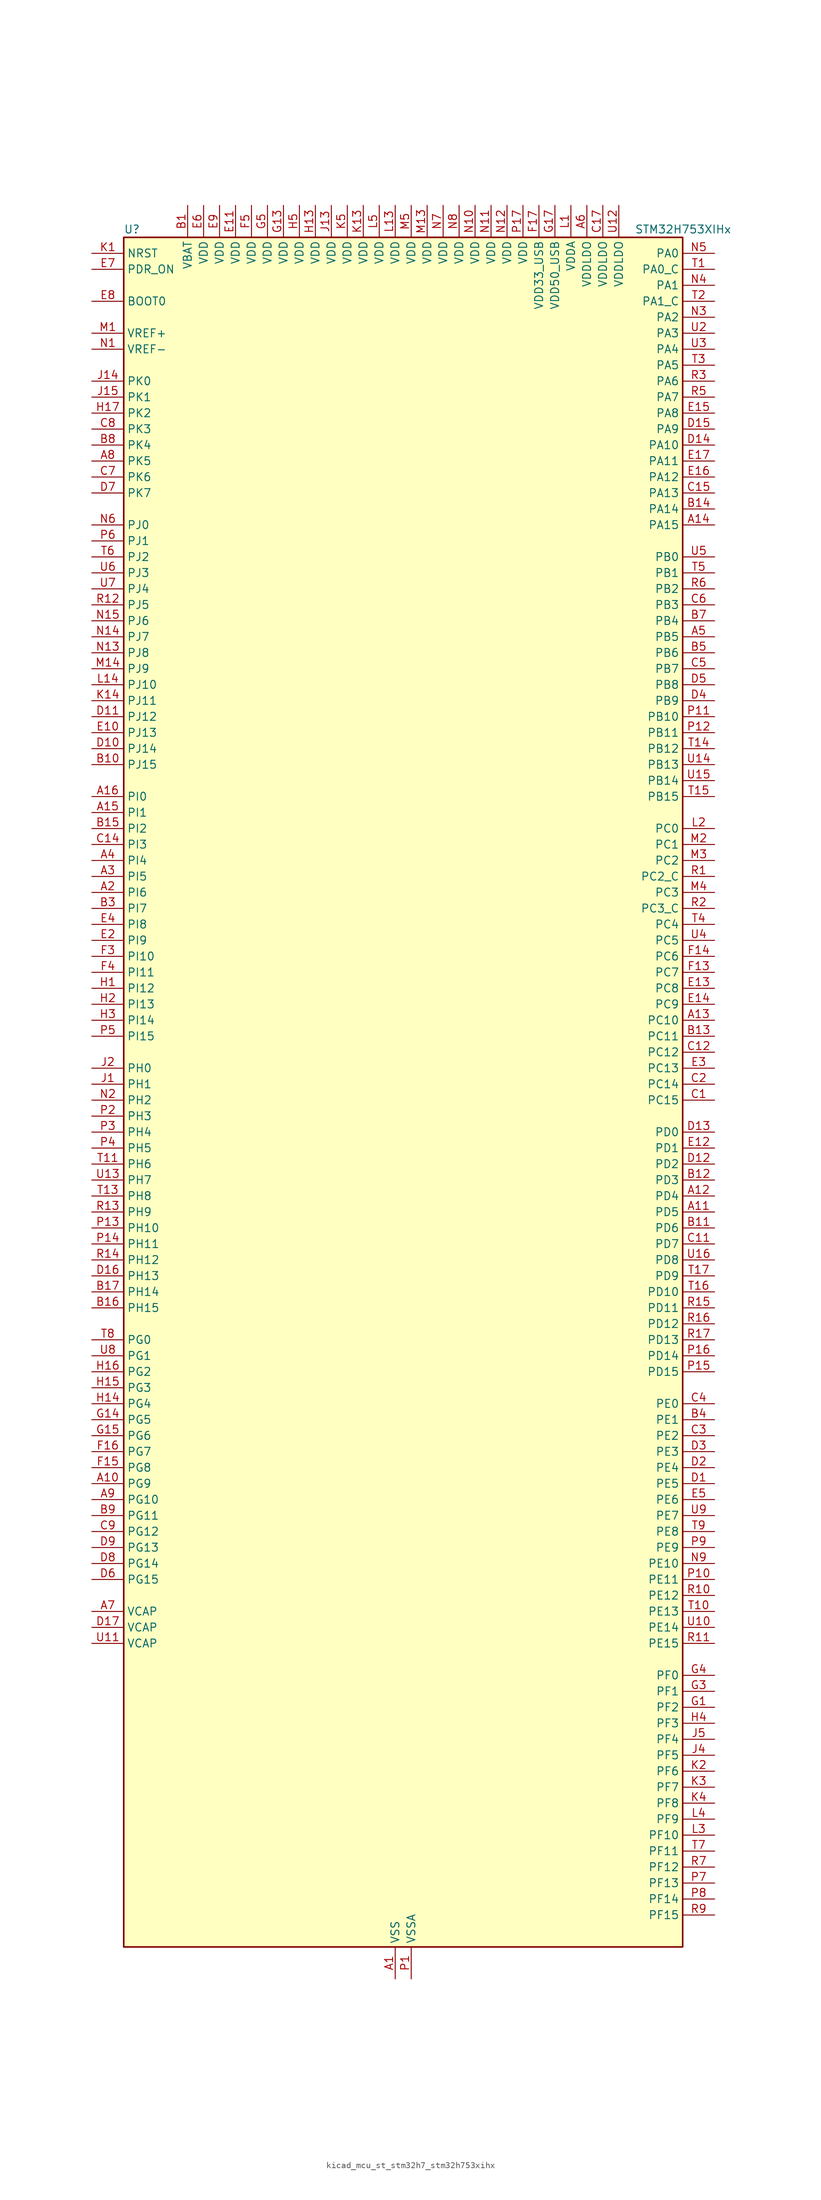
<source format=kicad_sym>
(kicad_symbol_lib
  (version 20220914)
  (generator kicad_symbol_editor)
  (symbol "kicad_mcu_st_stm32h7_stm32h753xihx"
    (property "Reference" "U"
      (at -43.18 138.43 0)
      (effects (font (size 1.27 1.27)) (justify left)))
    (property "Value" "STM32H753XIHx"
      (at 38.1 138.43 0)
      (effects (font (size 1.27 1.27)) (justify left)))
    (property "ki_locked" ""
      (at 0 0 0)
      (effects (font (size 1.27 1.27))))
    (symbol "kicad_mcu_st_stm32h7_stm32h753xihx_0_1"
      (rectangle (start -43.18 -134.62) (end 45.72 137.16) (stroke (width 0.254) (type default)) (fill (type background))))
    (symbol "kicad_mcu_st_stm32h7_stm32h753xihx_1_1"
      (pin power_in line (at 0 -139.7 90) (length 5.08) (name "VSS" (effects (font (size 1.27 1.27)))) (number "A1" (effects (font (size 1.27 1.27)))))
      (pin bidirectional line (at -48.26 -60.96 0) (length 5.08) (name "PG9" (effects (font (size 1.27 1.27)))) (number "A10" (effects (font (size 1.27 1.27)))) (alternate "DAC1_EXTI9" bidirectional line) (alternate "DCMI_VSYNC" bidirectional line) (alternate "FMC_NCE" bidirectional line) (alternate "FMC_NE2" bidirectional line) (alternate "I2S1_SDI" bidirectional line) (alternate "QUADSPI_BK2_IO2" bidirectional line) (alternate "SAI2_FS_B" bidirectional line) (alternate "SPDIFRX1_IN3" bidirectional line) (alternate "SPI1_MISO" bidirectional line) (alternate "USART6_RX" bidirectional line))
      (pin bidirectional line (at 50.8 -17.78 180) (length 5.08) (name "PD5" (effects (font (size 1.27 1.27)))) (number "A11" (effects (font (size 1.27 1.27)))) (alternate "FMC_NWE" bidirectional line) (alternate "HRTIM_EEV3" bidirectional line) (alternate "USART2_TX" bidirectional line))
      (pin bidirectional line (at 50.8 -15.24 180) (length 5.08) (name "PD4" (effects (font (size 1.27 1.27)))) (number "A12" (effects (font (size 1.27 1.27)))) (alternate "FMC_NOE" bidirectional line) (alternate "HRTIM_FLT3" bidirectional line) (alternate "SAI3_FS_A" bidirectional line) (alternate "USART2_DE" bidirectional line) (alternate "USART2_RTS" bidirectional line))
      (pin bidirectional line (at 50.8 12.7 180) (length 5.08) (name "PC10" (effects (font (size 1.27 1.27)))) (number "A13" (effects (font (size 1.27 1.27)))) (alternate "DCMI_D8" bidirectional line) (alternate "DFSDM1_CKIN5" bidirectional line) (alternate "HRTIM_EEV1" bidirectional line) (alternate "I2S3_CK" bidirectional line) (alternate "LTDC_R2" bidirectional line) (alternate "QUADSPI_BK1_IO1" bidirectional line) (alternate "SDMMC1_D2" bidirectional line) (alternate "SPI3_SCK" bidirectional line) (alternate "UART4_TX" bidirectional line) (alternate "USART3_TX" bidirectional line))
      (pin bidirectional line (at 50.8 91.44 180) (length 5.08) (name "PA15" (effects (font (size 1.27 1.27)))) (number "A14" (effects (font (size 1.27 1.27)))) (alternate "ADC1_EXTI15" bidirectional line) (alternate "ADC2_EXTI15" bidirectional line) (alternate "ADC3_EXTI15" bidirectional line) (alternate "CEC" bidirectional line) (alternate "DEBUG_JTDI" bidirectional line) (alternate "HRTIM_FLT1" bidirectional line) (alternate "I2S1_WS" bidirectional line) (alternate "I2S3_WS" bidirectional line) (alternate "SPI1_NSS" bidirectional line) (alternate "SPI3_NSS" bidirectional line) (alternate "SPI6_NSS" bidirectional line) (alternate "TIM2_CH1" bidirectional line) (alternate "TIM2_ETR" bidirectional line) (alternate "UART4_DE" bidirectional line) (alternate "UART4_RTS" bidirectional line) (alternate "UART7_TX" bidirectional line))
      (pin bidirectional line (at -48.26 45.72 0) (length 5.08) (name "PI1" (effects (font (size 1.27 1.27)))) (number "A15" (effects (font (size 1.27 1.27)))) (alternate "DCMI_D8" bidirectional line) (alternate "FMC_D25" bidirectional line) (alternate "I2S2_CK" bidirectional line) (alternate "LTDC_G6" bidirectional line) (alternate "SPI2_SCK" bidirectional line) (alternate "TIM8_BKIN2" bidirectional line) (alternate "TIM8_BKIN2_COMP1" bidirectional line) (alternate "TIM8_BKIN2_COMP2" bidirectional line))
      (pin bidirectional line (at -48.26 48.26 0) (length 5.08) (name "PI0" (effects (font (size 1.27 1.27)))) (number "A16" (effects (font (size 1.27 1.27)))) (alternate "DCMI_D13" bidirectional line) (alternate "FMC_D24" bidirectional line) (alternate "I2S2_WS" bidirectional line) (alternate "LTDC_G5" bidirectional line) (alternate "SPI2_NSS" bidirectional line) (alternate "TIM5_CH4" bidirectional line))
      (pin passive line (at 0 -139.7 90) (length 5.08) hide (name "VSS" (effects (font (size 1.27 1.27)))) (number "A17" (effects (font (size 1.27 1.27)))))
      (pin bidirectional line (at -48.26 33.02 0) (length 5.08) (name "PI6" (effects (font (size 1.27 1.27)))) (number "A2" (effects (font (size 1.27 1.27)))) (alternate "DCMI_D6" bidirectional line) (alternate "FMC_D28" bidirectional line) (alternate "LTDC_B6" bidirectional line) (alternate "SAI2_SD_A" bidirectional line) (alternate "TIM8_CH2" bidirectional line))
      (pin bidirectional line (at -48.26 35.56 0) (length 5.08) (name "PI5" (effects (font (size 1.27 1.27)))) (number "A3" (effects (font (size 1.27 1.27)))) (alternate "DCMI_VSYNC" bidirectional line) (alternate "FMC_NBL3" bidirectional line) (alternate "LTDC_B5" bidirectional line) (alternate "SAI2_SCK_A" bidirectional line) (alternate "TIM8_CH1" bidirectional line))
      (pin bidirectional line (at -48.26 38.1 0) (length 5.08) (name "PI4" (effects (font (size 1.27 1.27)))) (number "A4" (effects (font (size 1.27 1.27)))) (alternate "DCMI_D5" bidirectional line) (alternate "FMC_NBL2" bidirectional line) (alternate "LTDC_B4" bidirectional line) (alternate "SAI2_MCLK_A" bidirectional line) (alternate "TIM8_BKIN" bidirectional line) (alternate "TIM8_BKIN_COMP1" bidirectional line) (alternate "TIM8_BKIN_COMP2" bidirectional line))
      (pin bidirectional line (at 50.8 73.66 180) (length 5.08) (name "PB5" (effects (font (size 1.27 1.27)))) (number "A5" (effects (font (size 1.27 1.27)))) (alternate "DCMI_D10" bidirectional line) (alternate "ETH_PPS_OUT" bidirectional line) (alternate "FDCAN2_RX" bidirectional line) (alternate "FMC_SDCKE1" bidirectional line) (alternate "HRTIM_EEV7" bidirectional line) (alternate "I2C1_SMBA" bidirectional line) (alternate "I2C4_SMBA" bidirectional line) (alternate "I2S1_SDO" bidirectional line) (alternate "I2S3_SDO" bidirectional line) (alternate "SPI1_MOSI" bidirectional line) (alternate "SPI3_MOSI" bidirectional line) (alternate "SPI6_MOSI" bidirectional line) (alternate "TIM17_BKIN" bidirectional line) (alternate "TIM3_CH2" bidirectional line) (alternate "UART5_RX" bidirectional line) (alternate "USB_OTG_HS_ULPI_D7" bidirectional line))
      (pin power_in line (at 30.48 142.24 270) (length 5.08) (name "VDDLDO" (effects (font (size 1.27 1.27)))) (number "A6" (effects (font (size 1.27 1.27)))))
      (pin power_out line (at -48.26 -81.28 0) (length 5.08) (name "VCAP" (effects (font (size 1.27 1.27)))) (number "A7" (effects (font (size 1.27 1.27)))))
      (pin bidirectional line (at -48.26 101.6 0) (length 5.08) (name "PK5" (effects (font (size 1.27 1.27)))) (number "A8" (effects (font (size 1.27 1.27)))) (alternate "LTDC_B6" bidirectional line))
      (pin bidirectional line (at -48.26 -63.5 0) (length 5.08) (name "PG10" (effects (font (size 1.27 1.27)))) (number "A9" (effects (font (size 1.27 1.27)))) (alternate "DCMI_D2" bidirectional line) (alternate "FMC_NE3" bidirectional line) (alternate "HRTIM_FLT5" bidirectional line) (alternate "I2S1_WS" bidirectional line) (alternate "LTDC_B2" bidirectional line) (alternate "LTDC_G3" bidirectional line) (alternate "SAI2_SD_B" bidirectional line) (alternate "SPI1_NSS" bidirectional line))
      (pin power_in line (at -33.02 142.24 270) (length 5.08) (name "VBAT" (effects (font (size 1.27 1.27)))) (number "B1" (effects (font (size 1.27 1.27)))))
      (pin bidirectional line (at -48.26 53.34 0) (length 5.08) (name "PJ15" (effects (font (size 1.27 1.27)))) (number "B10" (effects (font (size 1.27 1.27)))) (alternate "ADC1_EXTI15" bidirectional line) (alternate "ADC2_EXTI15" bidirectional line) (alternate "ADC3_EXTI15" bidirectional line) (alternate "LTDC_B3" bidirectional line))
      (pin bidirectional line (at 50.8 -20.32 180) (length 5.08) (name "PD6" (effects (font (size 1.27 1.27)))) (number "B11" (effects (font (size 1.27 1.27)))) (alternate "DCMI_D10" bidirectional line) (alternate "DFSDM1_CKIN4" bidirectional line) (alternate "DFSDM1_DATIN1" bidirectional line) (alternate "FMC_NWAIT" bidirectional line) (alternate "I2S3_SDO" bidirectional line) (alternate "LTDC_B2" bidirectional line) (alternate "SAI1_D1" bidirectional line) (alternate "SAI1_SD_A" bidirectional line) (alternate "SAI4_D1" bidirectional line) (alternate "SAI4_SD_A" bidirectional line) (alternate "SDMMC2_CK" bidirectional line) (alternate "SPI3_MOSI" bidirectional line) (alternate "USART2_RX" bidirectional line))
      (pin bidirectional line (at 50.8 -12.7 180) (length 5.08) (name "PD3" (effects (font (size 1.27 1.27)))) (number "B12" (effects (font (size 1.27 1.27)))) (alternate "DCMI_D5" bidirectional line) (alternate "DFSDM1_CKOUT" bidirectional line) (alternate "FMC_CLK" bidirectional line) (alternate "I2S2_CK" bidirectional line) (alternate "LTDC_G7" bidirectional line) (alternate "SPI2_SCK" bidirectional line) (alternate "USART2_CTS" bidirectional line) (alternate "USART2_NSS" bidirectional line))
      (pin bidirectional line (at 50.8 10.16 180) (length 5.08) (name "PC11" (effects (font (size 1.27 1.27)))) (number "B13" (effects (font (size 1.27 1.27)))) (alternate "ADC1_EXTI11" bidirectional line) (alternate "ADC2_EXTI11" bidirectional line) (alternate "ADC3_EXTI11" bidirectional line) (alternate "DCMI_D4" bidirectional line) (alternate "DFSDM1_DATIN5" bidirectional line) (alternate "HRTIM_FLT2" bidirectional line) (alternate "I2S3_SDI" bidirectional line) (alternate "QUADSPI_BK2_NCS" bidirectional line) (alternate "SDMMC1_D3" bidirectional line) (alternate "SPI3_MISO" bidirectional line) (alternate "UART4_RX" bidirectional line) (alternate "USART3_RX" bidirectional line))
      (pin bidirectional line (at 50.8 93.98 180) (length 5.08) (name "PA14" (effects (font (size 1.27 1.27)))) (number "B14" (effects (font (size 1.27 1.27)))) (alternate "DEBUG_JTCK-SWCLK" bidirectional line))
      (pin bidirectional line (at -48.26 43.18 0) (length 5.08) (name "PI2" (effects (font (size 1.27 1.27)))) (number "B15" (effects (font (size 1.27 1.27)))) (alternate "DCMI_D9" bidirectional line) (alternate "FMC_D26" bidirectional line) (alternate "I2S2_SDI" bidirectional line) (alternate "LTDC_G7" bidirectional line) (alternate "SPI2_MISO" bidirectional line) (alternate "TIM8_CH4" bidirectional line))
      (pin bidirectional line (at -48.26 -33.02 0) (length 5.08) (name "PH15" (effects (font (size 1.27 1.27)))) (number "B16" (effects (font (size 1.27 1.27)))) (alternate "ADC1_EXTI15" bidirectional line) (alternate "ADC2_EXTI15" bidirectional line) (alternate "ADC3_EXTI15" bidirectional line) (alternate "DCMI_D11" bidirectional line) (alternate "FMC_D23" bidirectional line) (alternate "LTDC_G4" bidirectional line) (alternate "TIM8_CH3N" bidirectional line))
      (pin bidirectional line (at -48.26 -30.48 0) (length 5.08) (name "PH14" (effects (font (size 1.27 1.27)))) (number "B17" (effects (font (size 1.27 1.27)))) (alternate "DCMI_D4" bidirectional line) (alternate "FDCAN1_RX" bidirectional line) (alternate "FMC_D22" bidirectional line) (alternate "LTDC_G3" bidirectional line) (alternate "TIM8_CH2N" bidirectional line) (alternate "UART4_RX" bidirectional line))
      (pin passive line (at 0 -139.7 90) (length 5.08) hide (name "VSS" (effects (font (size 1.27 1.27)))) (number "B2" (effects (font (size 1.27 1.27)))))
      (pin bidirectional line (at -48.26 30.48 0) (length 5.08) (name "PI7" (effects (font (size 1.27 1.27)))) (number "B3" (effects (font (size 1.27 1.27)))) (alternate "DCMI_D7" bidirectional line) (alternate "FMC_D29" bidirectional line) (alternate "LTDC_B7" bidirectional line) (alternate "SAI2_FS_A" bidirectional line) (alternate "TIM8_CH3" bidirectional line))
      (pin bidirectional line (at 50.8 -50.8 180) (length 5.08) (name "PE1" (effects (font (size 1.27 1.27)))) (number "B4" (effects (font (size 1.27 1.27)))) (alternate "DCMI_D3" bidirectional line) (alternate "FMC_NBL1" bidirectional line) (alternate "HRTIM_SCOUT" bidirectional line) (alternate "LPTIM1_IN2" bidirectional line) (alternate "UART8_TX" bidirectional line))
      (pin bidirectional line (at 50.8 71.12 180) (length 5.08) (name "PB6" (effects (font (size 1.27 1.27)))) (number "B5" (effects (font (size 1.27 1.27)))) (alternate "CEC" bidirectional line) (alternate "DCMI_D5" bidirectional line) (alternate "DFSDM1_DATIN5" bidirectional line) (alternate "FDCAN2_TX" bidirectional line) (alternate "FMC_SDNE1" bidirectional line) (alternate "HRTIM_EEV8" bidirectional line) (alternate "I2C1_SCL" bidirectional line) (alternate "I2C4_SCL" bidirectional line) (alternate "LPUART1_TX" bidirectional line) (alternate "QUADSPI_BK1_NCS" bidirectional line) (alternate "TIM16_CH1N" bidirectional line) (alternate "TIM4_CH1" bidirectional line) (alternate "UART5_TX" bidirectional line) (alternate "USART1_TX" bidirectional line))
      (pin passive line (at 0 -139.7 90) (length 5.08) hide (name "VSS" (effects (font (size 1.27 1.27)))) (number "B6" (effects (font (size 1.27 1.27)))))
      (pin bidirectional line (at 50.8 76.2 180) (length 5.08) (name "PB4" (effects (font (size 1.27 1.27)))) (number "B7" (effects (font (size 1.27 1.27)))) (alternate "DEBUG_JTRST" bidirectional line) (alternate "HRTIM_EEV6" bidirectional line) (alternate "I2S1_SDI" bidirectional line) (alternate "I2S2_WS" bidirectional line) (alternate "I2S3_SDI" bidirectional line) (alternate "SDMMC2_D3" bidirectional line) (alternate "SPI1_MISO" bidirectional line) (alternate "SPI2_NSS" bidirectional line) (alternate "SPI3_MISO" bidirectional line) (alternate "SPI6_MISO" bidirectional line) (alternate "TIM16_BKIN" bidirectional line) (alternate "TIM3_CH1" bidirectional line) (alternate "UART7_TX" bidirectional line))
      (pin bidirectional line (at -48.26 104.14 0) (length 5.08) (name "PK4" (effects (font (size 1.27 1.27)))) (number "B8" (effects (font (size 1.27 1.27)))) (alternate "LTDC_B5" bidirectional line))
      (pin bidirectional line (at -48.26 -66.04 0) (length 5.08) (name "PG11" (effects (font (size 1.27 1.27)))) (number "B9" (effects (font (size 1.27 1.27)))) (alternate "ADC1_EXTI11" bidirectional line) (alternate "ADC2_EXTI11" bidirectional line) (alternate "ADC3_EXTI11" bidirectional line) (alternate "DCMI_D3" bidirectional line) (alternate "ETH_TX_EN" bidirectional line) (alternate "HRTIM_EEV4" bidirectional line) (alternate "I2S1_CK" bidirectional line) (alternate "LPTIM1_IN2" bidirectional line) (alternate "LTDC_B3" bidirectional line) (alternate "SDMMC2_D2" bidirectional line) (alternate "SPDIFRX1_IN0" bidirectional line) (alternate "SPI1_SCK" bidirectional line))
      (pin bidirectional line (at 50.8 0 180) (length 5.08) (name "PC15" (effects (font (size 1.27 1.27)))) (number "C1" (effects (font (size 1.27 1.27)))) (alternate "ADC1_EXTI15" bidirectional line) (alternate "ADC2_EXTI15" bidirectional line) (alternate "ADC3_EXTI15" bidirectional line) (alternate "RCC_OSC32_OUT" bidirectional line))
      (pin passive line (at 0 -139.7 90) (length 5.08) hide (name "VSS" (effects (font (size 1.27 1.27)))) (number "C10" (effects (font (size 1.27 1.27)))))
      (pin bidirectional line (at 50.8 -22.86 180) (length 5.08) (name "PD7" (effects (font (size 1.27 1.27)))) (number "C11" (effects (font (size 1.27 1.27)))) (alternate "DFSDM1_CKIN1" bidirectional line) (alternate "DFSDM1_DATIN4" bidirectional line) (alternate "FMC_NE1" bidirectional line) (alternate "I2S1_SDO" bidirectional line) (alternate "SDMMC2_CMD" bidirectional line) (alternate "SPDIFRX1_IN0" bidirectional line) (alternate "SPI1_MOSI" bidirectional line) (alternate "USART2_CK" bidirectional line))
      (pin bidirectional line (at 50.8 7.62 180) (length 5.08) (name "PC12" (effects (font (size 1.27 1.27)))) (number "C12" (effects (font (size 1.27 1.27)))) (alternate "DCMI_D9" bidirectional line) (alternate "DEBUG_TRACED3" bidirectional line) (alternate "HRTIM_EEV2" bidirectional line) (alternate "I2S3_SDO" bidirectional line) (alternate "SDMMC1_CK" bidirectional line) (alternate "SPI3_MOSI" bidirectional line) (alternate "UART5_TX" bidirectional line) (alternate "USART3_CK" bidirectional line))
      (pin passive line (at 0 -139.7 90) (length 5.08) hide (name "VSS" (effects (font (size 1.27 1.27)))) (number "C13" (effects (font (size 1.27 1.27)))))
      (pin bidirectional line (at -48.26 40.64 0) (length 5.08) (name "PI3" (effects (font (size 1.27 1.27)))) (number "C14" (effects (font (size 1.27 1.27)))) (alternate "DCMI_D10" bidirectional line) (alternate "FMC_D27" bidirectional line) (alternate "I2S2_SDO" bidirectional line) (alternate "SPI2_MOSI" bidirectional line) (alternate "TIM8_ETR" bidirectional line))
      (pin bidirectional line (at 50.8 96.52 180) (length 5.08) (name "PA13" (effects (font (size 1.27 1.27)))) (number "C15" (effects (font (size 1.27 1.27)))) (alternate "DEBUG_JTMS-SWDIO" bidirectional line))
      (pin passive line (at 0 -139.7 90) (length 5.08) hide (name "VSS" (effects (font (size 1.27 1.27)))) (number "C16" (effects (font (size 1.27 1.27)))))
      (pin power_in line (at 33.02 142.24 270) (length 5.08) (name "VDDLDO" (effects (font (size 1.27 1.27)))) (number "C17" (effects (font (size 1.27 1.27)))))
      (pin bidirectional line (at 50.8 2.54 180) (length 5.08) (name "PC14" (effects (font (size 1.27 1.27)))) (number "C2" (effects (font (size 1.27 1.27)))) (alternate "RCC_OSC32_IN" bidirectional line))
      (pin bidirectional line (at 50.8 -53.34 180) (length 5.08) (name "PE2" (effects (font (size 1.27 1.27)))) (number "C3" (effects (font (size 1.27 1.27)))) (alternate "DEBUG_TRACECLK" bidirectional line) (alternate "ETH_TXD3" bidirectional line) (alternate "FMC_A23" bidirectional line) (alternate "QUADSPI_BK1_IO2" bidirectional line) (alternate "SAI1_CK1" bidirectional line) (alternate "SAI1_MCLK_A" bidirectional line) (alternate "SAI4_CK1" bidirectional line) (alternate "SAI4_MCLK_A" bidirectional line) (alternate "SPI4_SCK" bidirectional line))
      (pin bidirectional line (at 50.8 -48.26 180) (length 5.08) (name "PE0" (effects (font (size 1.27 1.27)))) (number "C4" (effects (font (size 1.27 1.27)))) (alternate "DCMI_D2" bidirectional line) (alternate "FMC_NBL0" bidirectional line) (alternate "HRTIM_SCIN" bidirectional line) (alternate "LPTIM1_ETR" bidirectional line) (alternate "LPTIM2_ETR" bidirectional line) (alternate "SAI2_MCLK_A" bidirectional line) (alternate "TIM4_ETR" bidirectional line) (alternate "UART8_RX" bidirectional line))
      (pin bidirectional line (at 50.8 68.58 180) (length 5.08) (name "PB7" (effects (font (size 1.27 1.27)))) (number "C5" (effects (font (size 1.27 1.27)))) (alternate "DCMI_VSYNC" bidirectional line) (alternate "DFSDM1_CKIN5" bidirectional line) (alternate "FMC_NL" bidirectional line) (alternate "HRTIM_EEV9" bidirectional line) (alternate "I2C1_SDA" bidirectional line) (alternate "I2C4_SDA" bidirectional line) (alternate "LPUART1_RX" bidirectional line) (alternate "PWR_PVD_IN" bidirectional line) (alternate "TIM17_CH1N" bidirectional line) (alternate "TIM4_CH2" bidirectional line) (alternate "USART1_RX" bidirectional line))
      (pin bidirectional line (at 50.8 78.74 180) (length 5.08) (name "PB3" (effects (font (size 1.27 1.27)))) (number "C6" (effects (font (size 1.27 1.27)))) (alternate "CRS_SYNC" bidirectional line) (alternate "DEBUG_JTDO-SWO" bidirectional line) (alternate "HRTIM_FLT4" bidirectional line) (alternate "I2S1_CK" bidirectional line) (alternate "I2S3_CK" bidirectional line) (alternate "SDMMC2_D2" bidirectional line) (alternate "SPI1_SCK" bidirectional line) (alternate "SPI3_SCK" bidirectional line) (alternate "SPI6_SCK" bidirectional line) (alternate "TIM2_CH2" bidirectional line) (alternate "UART7_RX" bidirectional line))
      (pin bidirectional line (at -48.26 99.06 0) (length 5.08) (name "PK6" (effects (font (size 1.27 1.27)))) (number "C7" (effects (font (size 1.27 1.27)))) (alternate "LTDC_B7" bidirectional line))
      (pin bidirectional line (at -48.26 106.68 0) (length 5.08) (name "PK3" (effects (font (size 1.27 1.27)))) (number "C8" (effects (font (size 1.27 1.27)))) (alternate "LTDC_B4" bidirectional line))
      (pin bidirectional line (at -48.26 -68.58 0) (length 5.08) (name "PG12" (effects (font (size 1.27 1.27)))) (number "C9" (effects (font (size 1.27 1.27)))) (alternate "ETH_TXD1" bidirectional line) (alternate "FMC_NE4" bidirectional line) (alternate "HRTIM_EEV5" bidirectional line) (alternate "LPTIM1_IN1" bidirectional line) (alternate "LTDC_B1" bidirectional line) (alternate "LTDC_B4" bidirectional line) (alternate "SPDIFRX1_IN1" bidirectional line) (alternate "SPI6_MISO" bidirectional line) (alternate "USART6_DE" bidirectional line) (alternate "USART6_RTS" bidirectional line))
      (pin bidirectional line (at 50.8 -60.96 180) (length 5.08) (name "PE5" (effects (font (size 1.27 1.27)))) (number "D1" (effects (font (size 1.27 1.27)))) (alternate "DCMI_D6" bidirectional line) (alternate "DEBUG_TRACED2" bidirectional line) (alternate "DFSDM1_CKIN3" bidirectional line) (alternate "FMC_A21" bidirectional line) (alternate "LTDC_G0" bidirectional line) (alternate "SAI1_CK2" bidirectional line) (alternate "SAI1_SCK_A" bidirectional line) (alternate "SAI4_CK2" bidirectional line) (alternate "SAI4_SCK_A" bidirectional line) (alternate "SPI4_MISO" bidirectional line) (alternate "TIM15_CH1" bidirectional line))
      (pin bidirectional line (at -48.26 55.88 0) (length 5.08) (name "PJ14" (effects (font (size 1.27 1.27)))) (number "D10" (effects (font (size 1.27 1.27)))) (alternate "LTDC_B2" bidirectional line))
      (pin bidirectional line (at -48.26 60.96 0) (length 5.08) (name "PJ12" (effects (font (size 1.27 1.27)))) (number "D11" (effects (font (size 1.27 1.27)))) (alternate "DEBUG_TRGOUT" bidirectional line) (alternate "LTDC_B0" bidirectional line) (alternate "LTDC_G3" bidirectional line))
      (pin bidirectional line (at 50.8 -10.16 180) (length 5.08) (name "PD2" (effects (font (size 1.27 1.27)))) (number "D12" (effects (font (size 1.27 1.27)))) (alternate "DCMI_D11" bidirectional line) (alternate "DEBUG_TRACED2" bidirectional line) (alternate "SDMMC1_CMD" bidirectional line) (alternate "TIM3_ETR" bidirectional line) (alternate "UART5_RX" bidirectional line))
      (pin bidirectional line (at 50.8 -5.08 180) (length 5.08) (name "PD0" (effects (font (size 1.27 1.27)))) (number "D13" (effects (font (size 1.27 1.27)))) (alternate "DFSDM1_CKIN6" bidirectional line) (alternate "FDCAN1_RX" bidirectional line) (alternate "FMC_D2" bidirectional line) (alternate "FMC_DA2" bidirectional line) (alternate "SAI3_SCK_A" bidirectional line) (alternate "UART4_RX" bidirectional line))
      (pin bidirectional line (at 50.8 104.14 180) (length 5.08) (name "PA10" (effects (font (size 1.27 1.27)))) (number "D14" (effects (font (size 1.27 1.27)))) (alternate "DCMI_D1" bidirectional line) (alternate "HRTIM_CHC2" bidirectional line) (alternate "LPUART1_RX" bidirectional line) (alternate "LTDC_B1" bidirectional line) (alternate "LTDC_B4" bidirectional line) (alternate "MDIOS_MDIO" bidirectional line) (alternate "TIM1_CH3" bidirectional line) (alternate "USART1_RX" bidirectional line) (alternate "USB_OTG_FS_ID" bidirectional line))
      (pin bidirectional line (at 50.8 106.68 180) (length 5.08) (name "PA9" (effects (font (size 1.27 1.27)))) (number "D15" (effects (font (size 1.27 1.27)))) (alternate "DAC1_EXTI9" bidirectional line) (alternate "DCMI_D0" bidirectional line) (alternate "HRTIM_CHC1" bidirectional line) (alternate "I2C3_SMBA" bidirectional line) (alternate "I2S2_CK" bidirectional line) (alternate "LPUART1_TX" bidirectional line) (alternate "LTDC_R5" bidirectional line) (alternate "SPI2_SCK" bidirectional line) (alternate "TIM1_CH2" bidirectional line) (alternate "USART1_TX" bidirectional line) (alternate "USB_OTG_FS_VBUS" bidirectional line))
      (pin bidirectional line (at -48.26 -27.94 0) (length 5.08) (name "PH13" (effects (font (size 1.27 1.27)))) (number "D16" (effects (font (size 1.27 1.27)))) (alternate "FDCAN1_TX" bidirectional line) (alternate "FMC_D21" bidirectional line) (alternate "LTDC_G2" bidirectional line) (alternate "TIM8_CH1N" bidirectional line) (alternate "UART4_TX" bidirectional line))
      (pin power_out line (at -48.26 -83.82 0) (length 5.08) (name "VCAP" (effects (font (size 1.27 1.27)))) (number "D17" (effects (font (size 1.27 1.27)))))
      (pin bidirectional line (at 50.8 -58.42 180) (length 5.08) (name "PE4" (effects (font (size 1.27 1.27)))) (number "D2" (effects (font (size 1.27 1.27)))) (alternate "DCMI_D4" bidirectional line) (alternate "DEBUG_TRACED1" bidirectional line) (alternate "DFSDM1_DATIN3" bidirectional line) (alternate "FMC_A20" bidirectional line) (alternate "LTDC_B0" bidirectional line) (alternate "SAI1_D2" bidirectional line) (alternate "SAI1_FS_A" bidirectional line) (alternate "SAI4_D2" bidirectional line) (alternate "SAI4_FS_A" bidirectional line) (alternate "SPI4_NSS" bidirectional line) (alternate "TIM15_CH1N" bidirectional line))
      (pin bidirectional line (at 50.8 -55.88 180) (length 5.08) (name "PE3" (effects (font (size 1.27 1.27)))) (number "D3" (effects (font (size 1.27 1.27)))) (alternate "DEBUG_TRACED0" bidirectional line) (alternate "FMC_A19" bidirectional line) (alternate "SAI1_SD_B" bidirectional line) (alternate "SAI4_SD_B" bidirectional line) (alternate "TIM15_BKIN" bidirectional line))
      (pin bidirectional line (at 50.8 63.5 180) (length 5.08) (name "PB9" (effects (font (size 1.27 1.27)))) (number "D4" (effects (font (size 1.27 1.27)))) (alternate "DAC1_EXTI9" bidirectional line) (alternate "DCMI_D7" bidirectional line) (alternate "DFSDM1_DATIN7" bidirectional line) (alternate "FDCAN1_TX" bidirectional line) (alternate "I2C1_SDA" bidirectional line) (alternate "I2C4_SDA" bidirectional line) (alternate "I2C4_SMBA" bidirectional line) (alternate "I2S2_WS" bidirectional line) (alternate "LTDC_B7" bidirectional line) (alternate "SDMMC1_CDIR" bidirectional line) (alternate "SDMMC1_D5" bidirectional line) (alternate "SDMMC2_D5" bidirectional line) (alternate "SPI2_NSS" bidirectional line) (alternate "TIM17_CH1" bidirectional line) (alternate "TIM4_CH4" bidirectional line) (alternate "UART4_TX" bidirectional line))
      (pin bidirectional line (at 50.8 66.04 180) (length 5.08) (name "PB8" (effects (font (size 1.27 1.27)))) (number "D5" (effects (font (size 1.27 1.27)))) (alternate "DCMI_D6" bidirectional line) (alternate "DFSDM1_CKIN7" bidirectional line) (alternate "ETH_TXD3" bidirectional line) (alternate "FDCAN1_RX" bidirectional line) (alternate "I2C1_SCL" bidirectional line) (alternate "I2C4_SCL" bidirectional line) (alternate "LTDC_B6" bidirectional line) (alternate "SDMMC1_CKIN" bidirectional line) (alternate "SDMMC1_D4" bidirectional line) (alternate "SDMMC2_D4" bidirectional line) (alternate "TIM16_CH1" bidirectional line) (alternate "TIM4_CH3" bidirectional line) (alternate "UART4_RX" bidirectional line))
      (pin bidirectional line (at -48.26 -76.2 0) (length 5.08) (name "PG15" (effects (font (size 1.27 1.27)))) (number "D6" (effects (font (size 1.27 1.27)))) (alternate "ADC1_EXTI15" bidirectional line) (alternate "ADC2_EXTI15" bidirectional line) (alternate "ADC3_EXTI15" bidirectional line) (alternate "DCMI_D13" bidirectional line) (alternate "FMC_SDNCAS" bidirectional line) (alternate "USART6_CTS" bidirectional line) (alternate "USART6_NSS" bidirectional line))
      (pin bidirectional line (at -48.26 96.52 0) (length 5.08) (name "PK7" (effects (font (size 1.27 1.27)))) (number "D7" (effects (font (size 1.27 1.27)))) (alternate "LTDC_DE" bidirectional line))
      (pin bidirectional line (at -48.26 -73.66 0) (length 5.08) (name "PG14" (effects (font (size 1.27 1.27)))) (number "D8" (effects (font (size 1.27 1.27)))) (alternate "DEBUG_TRACED1" bidirectional line) (alternate "ETH_TXD1" bidirectional line) (alternate "FMC_A25" bidirectional line) (alternate "LPTIM1_ETR" bidirectional line) (alternate "LTDC_B0" bidirectional line) (alternate "QUADSPI_BK2_IO3" bidirectional line) (alternate "SPI6_MOSI" bidirectional line) (alternate "USART6_TX" bidirectional line))
      (pin bidirectional line (at -48.26 -71.12 0) (length 5.08) (name "PG13" (effects (font (size 1.27 1.27)))) (number "D9" (effects (font (size 1.27 1.27)))) (alternate "DEBUG_TRACED0" bidirectional line) (alternate "ETH_TXD0" bidirectional line) (alternate "FMC_A24" bidirectional line) (alternate "HRTIM_EEV10" bidirectional line) (alternate "LPTIM1_OUT" bidirectional line) (alternate "LTDC_R0" bidirectional line) (alternate "SPI6_SCK" bidirectional line) (alternate "USART6_CTS" bidirectional line) (alternate "USART6_NSS" bidirectional line))
      (pin no_connect line (at -43.18 -134.62 0) (length 5.08) hide (name "NC" (effects (font (size 1.27 1.27)))) (number "E1" (effects (font (size 1.27 1.27)))))
      (pin bidirectional line (at -48.26 58.42 0) (length 5.08) (name "PJ13" (effects (font (size 1.27 1.27)))) (number "E10" (effects (font (size 1.27 1.27)))) (alternate "LTDC_B1" bidirectional line) (alternate "LTDC_B4" bidirectional line))
      (pin power_in line (at -25.4 142.24 270) (length 5.08) (name "VDD" (effects (font (size 1.27 1.27)))) (number "E11" (effects (font (size 1.27 1.27)))))
      (pin bidirectional line (at 50.8 -7.62 180) (length 5.08) (name "PD1" (effects (font (size 1.27 1.27)))) (number "E12" (effects (font (size 1.27 1.27)))) (alternate "DFSDM1_DATIN6" bidirectional line) (alternate "FDCAN1_TX" bidirectional line) (alternate "FMC_D3" bidirectional line) (alternate "FMC_DA3" bidirectional line) (alternate "SAI3_SD_A" bidirectional line) (alternate "UART4_TX" bidirectional line))
      (pin bidirectional line (at 50.8 17.78 180) (length 5.08) (name "PC8" (effects (font (size 1.27 1.27)))) (number "E13" (effects (font (size 1.27 1.27)))) (alternate "DCMI_D2" bidirectional line) (alternate "DEBUG_TRACED1" bidirectional line) (alternate "FMC_NCE" bidirectional line) (alternate "FMC_NE2" bidirectional line) (alternate "HRTIM_CHB1" bidirectional line) (alternate "SDMMC1_D0" bidirectional line) (alternate "SWPMI1_RX" bidirectional line) (alternate "TIM3_CH3" bidirectional line) (alternate "TIM8_CH3" bidirectional line) (alternate "UART5_DE" bidirectional line) (alternate "UART5_RTS" bidirectional line) (alternate "USART6_CK" bidirectional line))
      (pin bidirectional line (at 50.8 15.24 180) (length 5.08) (name "PC9" (effects (font (size 1.27 1.27)))) (number "E14" (effects (font (size 1.27 1.27)))) (alternate "DAC1_EXTI9" bidirectional line) (alternate "DCMI_D3" bidirectional line) (alternate "I2C3_SDA" bidirectional line) (alternate "I2S_CKIN" bidirectional line) (alternate "LTDC_B2" bidirectional line) (alternate "LTDC_G3" bidirectional line) (alternate "QUADSPI_BK1_IO0" bidirectional line) (alternate "RCC_MCO_2" bidirectional line) (alternate "SDMMC1_D1" bidirectional line) (alternate "SWPMI1_SUSPEND" bidirectional line) (alternate "TIM3_CH4" bidirectional line) (alternate "TIM8_CH4" bidirectional line) (alternate "UART5_CTS" bidirectional line))
      (pin bidirectional line (at 50.8 109.22 180) (length 5.08) (name "PA8" (effects (font (size 1.27 1.27)))) (number "E15" (effects (font (size 1.27 1.27)))) (alternate "HRTIM_CHB2" bidirectional line) (alternate "I2C3_SCL" bidirectional line) (alternate "LTDC_B3" bidirectional line) (alternate "LTDC_R6" bidirectional line) (alternate "RCC_MCO_1" bidirectional line) (alternate "TIM1_CH1" bidirectional line) (alternate "TIM8_BKIN2" bidirectional line) (alternate "TIM8_BKIN2_COMP1" bidirectional line) (alternate "TIM8_BKIN2_COMP2" bidirectional line) (alternate "UART7_RX" bidirectional line) (alternate "USART1_CK" bidirectional line) (alternate "USB_OTG_FS_SOF" bidirectional line))
      (pin bidirectional line (at 50.8 99.06 180) (length 5.08) (name "PA12" (effects (font (size 1.27 1.27)))) (number "E16" (effects (font (size 1.27 1.27)))) (alternate "FDCAN1_TX" bidirectional line) (alternate "HRTIM_CHD2" bidirectional line) (alternate "I2S2_CK" bidirectional line) (alternate "LPUART1_DE" bidirectional line) (alternate "LPUART1_RTS" bidirectional line) (alternate "LTDC_R5" bidirectional line) (alternate "SAI2_FS_B" bidirectional line) (alternate "SPI2_SCK" bidirectional line) (alternate "TIM1_ETR" bidirectional line) (alternate "UART4_TX" bidirectional line) (alternate "USART1_DE" bidirectional line) (alternate "USART1_RTS" bidirectional line) (alternate "USB_OTG_FS_DP" bidirectional line))
      (pin bidirectional line (at 50.8 101.6 180) (length 5.08) (name "PA11" (effects (font (size 1.27 1.27)))) (number "E17" (effects (font (size 1.27 1.27)))) (alternate "ADC1_EXTI11" bidirectional line) (alternate "ADC2_EXTI11" bidirectional line) (alternate "ADC3_EXTI11" bidirectional line) (alternate "FDCAN1_RX" bidirectional line) (alternate "HRTIM_CHD1" bidirectional line) (alternate "I2S2_WS" bidirectional line) (alternate "LPUART1_CTS" bidirectional line) (alternate "LTDC_R4" bidirectional line) (alternate "SPI2_NSS" bidirectional line) (alternate "TIM1_CH4" bidirectional line) (alternate "UART4_RX" bidirectional line) (alternate "USART1_CTS" bidirectional line) (alternate "USART1_NSS" bidirectional line) (alternate "USB_OTG_FS_DM" bidirectional line))
      (pin bidirectional line (at -48.26 25.4 0) (length 5.08) (name "PI9" (effects (font (size 1.27 1.27)))) (number "E2" (effects (font (size 1.27 1.27)))) (alternate "DAC1_EXTI9" bidirectional line) (alternate "FDCAN1_RX" bidirectional line) (alternate "FMC_D30" bidirectional line) (alternate "LTDC_VSYNC" bidirectional line) (alternate "UART4_RX" bidirectional line))
      (pin bidirectional line (at 50.8 5.08 180) (length 5.08) (name "PC13" (effects (font (size 1.27 1.27)))) (number "E3" (effects (font (size 1.27 1.27)))) (alternate "PWR_WKUP2" bidirectional line) (alternate "RTC_OUT_ALARM" bidirectional line) (alternate "RTC_OUT_CALIB" bidirectional line) (alternate "RTC_TAMP1" bidirectional line) (alternate "RTC_TS" bidirectional line))
      (pin bidirectional line (at -48.26 27.94 0) (length 5.08) (name "PI8" (effects (font (size 1.27 1.27)))) (number "E4" (effects (font (size 1.27 1.27)))) (alternate "PWR_WKUP3" bidirectional line) (alternate "RTC_TAMP2" bidirectional line))
      (pin bidirectional line (at 50.8 -63.5 180) (length 5.08) (name "PE6" (effects (font (size 1.27 1.27)))) (number "E5" (effects (font (size 1.27 1.27)))) (alternate "DCMI_D7" bidirectional line) (alternate "DEBUG_TRACED3" bidirectional line) (alternate "FMC_A22" bidirectional line) (alternate "LTDC_G1" bidirectional line) (alternate "SAI1_D1" bidirectional line) (alternate "SAI1_SD_A" bidirectional line) (alternate "SAI2_MCLK_B" bidirectional line) (alternate "SAI4_D1" bidirectional line) (alternate "SAI4_SD_A" bidirectional line) (alternate "SPI4_MOSI" bidirectional line) (alternate "TIM15_CH2" bidirectional line) (alternate "TIM1_BKIN2" bidirectional line) (alternate "TIM1_BKIN2_COMP1" bidirectional line) (alternate "TIM1_BKIN2_COMP2" bidirectional line))
      (pin power_in line (at -30.48 142.24 270) (length 5.08) (name "VDD" (effects (font (size 1.27 1.27)))) (number "E6" (effects (font (size 1.27 1.27)))))
      (pin input line (at -48.26 132.08 0) (length 5.08) (name "PDR_ON" (effects (font (size 1.27 1.27)))) (number "E7" (effects (font (size 1.27 1.27)))))
      (pin input line (at -48.26 127 0) (length 5.08) (name "BOOT0" (effects (font (size 1.27 1.27)))) (number "E8" (effects (font (size 1.27 1.27)))))
      (pin power_in line (at -27.94 142.24 270) (length 5.08) (name "VDD" (effects (font (size 1.27 1.27)))) (number "E9" (effects (font (size 1.27 1.27)))))
      (pin passive line (at 0 -139.7 90) (length 5.08) hide (name "VSS" (effects (font (size 1.27 1.27)))) (number "F1" (effects (font (size 1.27 1.27)))))
      (pin bidirectional line (at 50.8 20.32 180) (length 5.08) (name "PC7" (effects (font (size 1.27 1.27)))) (number "F13" (effects (font (size 1.27 1.27)))) (alternate "DCMI_D1" bidirectional line) (alternate "DEBUG_TRGIO" bidirectional line) (alternate "DFSDM1_DATIN3" bidirectional line) (alternate "FMC_NE1" bidirectional line) (alternate "HRTIM_CHA2" bidirectional line) (alternate "I2S3_MCK" bidirectional line) (alternate "LTDC_G6" bidirectional line) (alternate "SDMMC1_D123DIR" bidirectional line) (alternate "SDMMC1_D7" bidirectional line) (alternate "SDMMC2_D7" bidirectional line) (alternate "SWPMI1_TX" bidirectional line) (alternate "TIM3_CH2" bidirectional line) (alternate "TIM8_CH2" bidirectional line) (alternate "USART6_RX" bidirectional line))
      (pin bidirectional line (at 50.8 22.86 180) (length 5.08) (name "PC6" (effects (font (size 1.27 1.27)))) (number "F14" (effects (font (size 1.27 1.27)))) (alternate "DCMI_D0" bidirectional line) (alternate "DFSDM1_CKIN3" bidirectional line) (alternate "FMC_NWAIT" bidirectional line) (alternate "HRTIM_CHA1" bidirectional line) (alternate "I2S2_MCK" bidirectional line) (alternate "LTDC_HSYNC" bidirectional line) (alternate "SDMMC1_D0DIR" bidirectional line) (alternate "SDMMC1_D6" bidirectional line) (alternate "SDMMC2_D6" bidirectional line) (alternate "SWPMI1_IO" bidirectional line) (alternate "TIM3_CH1" bidirectional line) (alternate "TIM8_CH1" bidirectional line) (alternate "USART6_TX" bidirectional line))
      (pin bidirectional line (at -48.26 -58.42 0) (length 5.08) (name "PG8" (effects (font (size 1.27 1.27)))) (number "F15" (effects (font (size 1.27 1.27)))) (alternate "ETH_PPS_OUT" bidirectional line) (alternate "FMC_SDCLK" bidirectional line) (alternate "LTDC_G7" bidirectional line) (alternate "SPDIFRX1_IN2" bidirectional line) (alternate "SPI6_NSS" bidirectional line) (alternate "TIM8_ETR" bidirectional line) (alternate "USART6_DE" bidirectional line) (alternate "USART6_RTS" bidirectional line))
      (pin bidirectional line (at -48.26 -55.88 0) (length 5.08) (name "PG7" (effects (font (size 1.27 1.27)))) (number "F16" (effects (font (size 1.27 1.27)))) (alternate "DCMI_D13" bidirectional line) (alternate "FMC_INT" bidirectional line) (alternate "HRTIM_CHE2" bidirectional line) (alternate "LTDC_CLK" bidirectional line) (alternate "SAI1_MCLK_A" bidirectional line) (alternate "USART6_CK" bidirectional line))
      (pin power_in line (at 22.86 142.24 270) (length 5.08) (name "VDD33_USB" (effects (font (size 1.27 1.27)))) (number "F17" (effects (font (size 1.27 1.27)))))
      (pin passive line (at 0 -139.7 90) (length 5.08) hide (name "VSS" (effects (font (size 1.27 1.27)))) (number "F2" (effects (font (size 1.27 1.27)))))
      (pin bidirectional line (at -48.26 22.86 0) (length 5.08) (name "PI10" (effects (font (size 1.27 1.27)))) (number "F3" (effects (font (size 1.27 1.27)))) (alternate "ETH_RX_ER" bidirectional line) (alternate "FMC_D31" bidirectional line) (alternate "LTDC_HSYNC" bidirectional line))
      (pin bidirectional line (at -48.26 20.32 0) (length 5.08) (name "PI11" (effects (font (size 1.27 1.27)))) (number "F4" (effects (font (size 1.27 1.27)))) (alternate "ADC1_EXTI11" bidirectional line) (alternate "ADC2_EXTI11" bidirectional line) (alternate "ADC3_EXTI11" bidirectional line) (alternate "LTDC_G6" bidirectional line) (alternate "PWR_WKUP4" bidirectional line) (alternate "USB_OTG_HS_ULPI_DIR" bidirectional line))
      (pin power_in line (at -22.86 142.24 270) (length 5.08) (name "VDD" (effects (font (size 1.27 1.27)))) (number "F5" (effects (font (size 1.27 1.27)))))
      (pin bidirectional line (at 50.8 -96.52 180) (length 5.08) (name "PF2" (effects (font (size 1.27 1.27)))) (number "G1" (effects (font (size 1.27 1.27)))) (alternate "FMC_A2" bidirectional line) (alternate "I2C2_SMBA" bidirectional line))
      (pin passive line (at 0 -139.7 90) (length 5.08) hide (name "VSS" (effects (font (size 1.27 1.27)))) (number "G10" (effects (font (size 1.27 1.27)))))
      (pin passive line (at 0 -139.7 90) (length 5.08) hide (name "VSS" (effects (font (size 1.27 1.27)))) (number "G11" (effects (font (size 1.27 1.27)))))
      (pin power_in line (at -17.78 142.24 270) (length 5.08) (name "VDD" (effects (font (size 1.27 1.27)))) (number "G13" (effects (font (size 1.27 1.27)))))
      (pin bidirectional line (at -48.26 -50.8 0) (length 5.08) (name "PG5" (effects (font (size 1.27 1.27)))) (number "G14" (effects (font (size 1.27 1.27)))) (alternate "FMC_A15" bidirectional line) (alternate "FMC_BA1" bidirectional line) (alternate "TIM1_ETR" bidirectional line))
      (pin bidirectional line (at -48.26 -53.34 0) (length 5.08) (name "PG6" (effects (font (size 1.27 1.27)))) (number "G15" (effects (font (size 1.27 1.27)))) (alternate "DCMI_D12" bidirectional line) (alternate "FMC_NE3" bidirectional line) (alternate "HRTIM_CHE1" bidirectional line) (alternate "LTDC_R7" bidirectional line) (alternate "QUADSPI_BK1_NCS" bidirectional line) (alternate "TIM17_BKIN" bidirectional line))
      (pin passive line (at 0 -139.7 90) (length 5.08) hide (name "VSS" (effects (font (size 1.27 1.27)))) (number "G16" (effects (font (size 1.27 1.27)))))
      (pin power_in line (at 25.4 142.24 270) (length 5.08) (name "VDD50_USB" (effects (font (size 1.27 1.27)))) (number "G17" (effects (font (size 1.27 1.27)))))
      (pin passive line (at 0 -139.7 90) (length 5.08) hide (name "VSS" (effects (font (size 1.27 1.27)))) (number "G2" (effects (font (size 1.27 1.27)))))
      (pin bidirectional line (at 50.8 -93.98 180) (length 5.08) (name "PF1" (effects (font (size 1.27 1.27)))) (number "G3" (effects (font (size 1.27 1.27)))) (alternate "FMC_A1" bidirectional line) (alternate "I2C2_SCL" bidirectional line))
      (pin bidirectional line (at 50.8 -91.44 180) (length 5.08) (name "PF0" (effects (font (size 1.27 1.27)))) (number "G4" (effects (font (size 1.27 1.27)))) (alternate "FMC_A0" bidirectional line) (alternate "I2C2_SDA" bidirectional line))
      (pin power_in line (at -20.32 142.24 270) (length 5.08) (name "VDD" (effects (font (size 1.27 1.27)))) (number "G5" (effects (font (size 1.27 1.27)))))
      (pin passive line (at 0 -139.7 90) (length 5.08) hide (name "VSS" (effects (font (size 1.27 1.27)))) (number "G7" (effects (font (size 1.27 1.27)))))
      (pin passive line (at 0 -139.7 90) (length 5.08) hide (name "VSS" (effects (font (size 1.27 1.27)))) (number "G8" (effects (font (size 1.27 1.27)))))
      (pin passive line (at 0 -139.7 90) (length 5.08) hide (name "VSS" (effects (font (size 1.27 1.27)))) (number "G9" (effects (font (size 1.27 1.27)))))
      (pin bidirectional line (at -48.26 17.78 0) (length 5.08) (name "PI12" (effects (font (size 1.27 1.27)))) (number "H1" (effects (font (size 1.27 1.27)))) (alternate "LTDC_HSYNC" bidirectional line))
      (pin passive line (at 0 -139.7 90) (length 5.08) hide (name "VSS" (effects (font (size 1.27 1.27)))) (number "H10" (effects (font (size 1.27 1.27)))))
      (pin passive line (at 0 -139.7 90) (length 5.08) hide (name "VSS" (effects (font (size 1.27 1.27)))) (number "H11" (effects (font (size 1.27 1.27)))))
      (pin power_in line (at -12.7 142.24 270) (length 5.08) (name "VDD" (effects (font (size 1.27 1.27)))) (number "H13" (effects (font (size 1.27 1.27)))))
      (pin bidirectional line (at -48.26 -48.26 0) (length 5.08) (name "PG4" (effects (font (size 1.27 1.27)))) (number "H14" (effects (font (size 1.27 1.27)))) (alternate "FMC_A14" bidirectional line) (alternate "FMC_BA0" bidirectional line) (alternate "TIM1_BKIN2" bidirectional line) (alternate "TIM1_BKIN2_COMP1" bidirectional line) (alternate "TIM1_BKIN2_COMP2" bidirectional line))
      (pin bidirectional line (at -48.26 -45.72 0) (length 5.08) (name "PG3" (effects (font (size 1.27 1.27)))) (number "H15" (effects (font (size 1.27 1.27)))) (alternate "FMC_A13" bidirectional line) (alternate "TIM8_BKIN2" bidirectional line) (alternate "TIM8_BKIN2_COMP1" bidirectional line) (alternate "TIM8_BKIN2_COMP2" bidirectional line))
      (pin bidirectional line (at -48.26 -43.18 0) (length 5.08) (name "PG2" (effects (font (size 1.27 1.27)))) (number "H16" (effects (font (size 1.27 1.27)))) (alternate "FMC_A12" bidirectional line) (alternate "TIM8_BKIN" bidirectional line) (alternate "TIM8_BKIN_COMP1" bidirectional line) (alternate "TIM8_BKIN_COMP2" bidirectional line))
      (pin bidirectional line (at -48.26 109.22 0) (length 5.08) (name "PK2" (effects (font (size 1.27 1.27)))) (number "H17" (effects (font (size 1.27 1.27)))) (alternate "LTDC_G7" bidirectional line) (alternate "TIM1_BKIN" bidirectional line) (alternate "TIM1_BKIN_COMP1" bidirectional line) (alternate "TIM1_BKIN_COMP2" bidirectional line) (alternate "TIM8_BKIN" bidirectional line) (alternate "TIM8_BKIN_COMP1" bidirectional line) (alternate "TIM8_BKIN_COMP2" bidirectional line))
      (pin bidirectional line (at -48.26 15.24 0) (length 5.08) (name "PI13" (effects (font (size 1.27 1.27)))) (number "H2" (effects (font (size 1.27 1.27)))) (alternate "LTDC_VSYNC" bidirectional line))
      (pin bidirectional line (at -48.26 12.7 0) (length 5.08) (name "PI14" (effects (font (size 1.27 1.27)))) (number "H3" (effects (font (size 1.27 1.27)))) (alternate "LTDC_CLK" bidirectional line))
      (pin bidirectional line (at 50.8 -99.06 180) (length 5.08) (name "PF3" (effects (font (size 1.27 1.27)))) (number "H4" (effects (font (size 1.27 1.27)))) (alternate "ADC3_INP5" bidirectional line) (alternate "FMC_A3" bidirectional line))
      (pin power_in line (at -15.24 142.24 270) (length 5.08) (name "VDD" (effects (font (size 1.27 1.27)))) (number "H5" (effects (font (size 1.27 1.27)))))
      (pin passive line (at 0 -139.7 90) (length 5.08) hide (name "VSS" (effects (font (size 1.27 1.27)))) (number "H7" (effects (font (size 1.27 1.27)))))
      (pin passive line (at 0 -139.7 90) (length 5.08) hide (name "VSS" (effects (font (size 1.27 1.27)))) (number "H8" (effects (font (size 1.27 1.27)))))
      (pin passive line (at 0 -139.7 90) (length 5.08) hide (name "VSS" (effects (font (size 1.27 1.27)))) (number "H9" (effects (font (size 1.27 1.27)))))
      (pin bidirectional line (at -48.26 2.54 0) (length 5.08) (name "PH1" (effects (font (size 1.27 1.27)))) (number "J1" (effects (font (size 1.27 1.27)))) (alternate "RCC_OSC_OUT" bidirectional line))
      (pin passive line (at 0 -139.7 90) (length 5.08) hide (name "VSS" (effects (font (size 1.27 1.27)))) (number "J10" (effects (font (size 1.27 1.27)))))
      (pin passive line (at 0 -139.7 90) (length 5.08) hide (name "VSS" (effects (font (size 1.27 1.27)))) (number "J11" (effects (font (size 1.27 1.27)))))
      (pin power_in line (at -10.16 142.24 270) (length 5.08) (name "VDD" (effects (font (size 1.27 1.27)))) (number "J13" (effects (font (size 1.27 1.27)))))
      (pin bidirectional line (at -48.26 114.3 0) (length 5.08) (name "PK0" (effects (font (size 1.27 1.27)))) (number "J14" (effects (font (size 1.27 1.27)))) (alternate "LTDC_G5" bidirectional line) (alternate "SPI5_SCK" bidirectional line) (alternate "TIM1_CH1N" bidirectional line) (alternate "TIM8_CH3" bidirectional line))
      (pin bidirectional line (at -48.26 111.76 0) (length 5.08) (name "PK1" (effects (font (size 1.27 1.27)))) (number "J15" (effects (font (size 1.27 1.27)))) (alternate "LTDC_G6" bidirectional line) (alternate "SPI5_NSS" bidirectional line) (alternate "TIM1_CH1" bidirectional line) (alternate "TIM8_CH3N" bidirectional line))
      (pin passive line (at 0 -139.7 90) (length 5.08) hide (name "VSS" (effects (font (size 1.27 1.27)))) (number "J16" (effects (font (size 1.27 1.27)))))
      (pin passive line (at 0 -139.7 90) (length 5.08) hide (name "VSS" (effects (font (size 1.27 1.27)))) (number "J17" (effects (font (size 1.27 1.27)))))
      (pin bidirectional line (at -48.26 5.08 0) (length 5.08) (name "PH0" (effects (font (size 1.27 1.27)))) (number "J2" (effects (font (size 1.27 1.27)))) (alternate "RCC_OSC_IN" bidirectional line))
      (pin passive line (at 0 -139.7 90) (length 5.08) hide (name "VSS" (effects (font (size 1.27 1.27)))) (number "J3" (effects (font (size 1.27 1.27)))))
      (pin bidirectional line (at 50.8 -104.14 180) (length 5.08) (name "PF5" (effects (font (size 1.27 1.27)))) (number "J4" (effects (font (size 1.27 1.27)))) (alternate "ADC3_INP4" bidirectional line) (alternate "FMC_A5" bidirectional line))
      (pin bidirectional line (at 50.8 -101.6 180) (length 5.08) (name "PF4" (effects (font (size 1.27 1.27)))) (number "J5" (effects (font (size 1.27 1.27)))) (alternate "ADC3_INN5" bidirectional line) (alternate "ADC3_INP9" bidirectional line) (alternate "FMC_A4" bidirectional line))
      (pin passive line (at 0 -139.7 90) (length 5.08) hide (name "VSS" (effects (font (size 1.27 1.27)))) (number "J7" (effects (font (size 1.27 1.27)))))
      (pin passive line (at 0 -139.7 90) (length 5.08) hide (name "VSS" (effects (font (size 1.27 1.27)))) (number "J8" (effects (font (size 1.27 1.27)))))
      (pin passive line (at 0 -139.7 90) (length 5.08) hide (name "VSS" (effects (font (size 1.27 1.27)))) (number "J9" (effects (font (size 1.27 1.27)))))
      (pin input line (at -48.26 134.62 0) (length 5.08) (name "NRST" (effects (font (size 1.27 1.27)))) (number "K1" (effects (font (size 1.27 1.27)))))
      (pin passive line (at 0 -139.7 90) (length 5.08) hide (name "VSS" (effects (font (size 1.27 1.27)))) (number "K10" (effects (font (size 1.27 1.27)))))
      (pin passive line (at 0 -139.7 90) (length 5.08) hide (name "VSS" (effects (font (size 1.27 1.27)))) (number "K11" (effects (font (size 1.27 1.27)))))
      (pin power_in line (at -5.08 142.24 270) (length 5.08) (name "VDD" (effects (font (size 1.27 1.27)))) (number "K13" (effects (font (size 1.27 1.27)))))
      (pin bidirectional line (at -48.26 63.5 0) (length 5.08) (name "PJ11" (effects (font (size 1.27 1.27)))) (number "K14" (effects (font (size 1.27 1.27)))) (alternate "ADC1_EXTI11" bidirectional line) (alternate "ADC2_EXTI11" bidirectional line) (alternate "ADC3_EXTI11" bidirectional line) (alternate "LTDC_G4" bidirectional line) (alternate "SPI5_MISO" bidirectional line) (alternate "TIM1_CH2" bidirectional line) (alternate "TIM8_CH2N" bidirectional line))
      (pin passive line (at 0 -139.7 90) (length 5.08) hide (name "VSS" (effects (font (size 1.27 1.27)))) (number "K15" (effects (font (size 1.27 1.27)))))
      (pin no_connect line (at -43.18 -132.08 0) (length 5.08) hide (name "NC" (effects (font (size 1.27 1.27)))) (number "K16" (effects (font (size 1.27 1.27)))))
      (pin no_connect line (at -43.18 -129.54 0) (length 5.08) hide (name "NC" (effects (font (size 1.27 1.27)))) (number "K17" (effects (font (size 1.27 1.27)))))
      (pin bidirectional line (at 50.8 -106.68 180) (length 5.08) (name "PF6" (effects (font (size 1.27 1.27)))) (number "K2" (effects (font (size 1.27 1.27)))) (alternate "ADC3_INN4" bidirectional line) (alternate "ADC3_INP8" bidirectional line) (alternate "QUADSPI_BK1_IO3" bidirectional line) (alternate "SAI1_SD_B" bidirectional line) (alternate "SAI4_SD_B" bidirectional line) (alternate "SPI5_NSS" bidirectional line) (alternate "TIM16_CH1" bidirectional line) (alternate "UART7_RX" bidirectional line))
      (pin bidirectional line (at 50.8 -109.22 180) (length 5.08) (name "PF7" (effects (font (size 1.27 1.27)))) (number "K3" (effects (font (size 1.27 1.27)))) (alternate "ADC3_INP3" bidirectional line) (alternate "QUADSPI_BK1_IO2" bidirectional line) (alternate "SAI1_MCLK_B" bidirectional line) (alternate "SAI4_MCLK_B" bidirectional line) (alternate "SPI5_SCK" bidirectional line) (alternate "TIM17_CH1" bidirectional line) (alternate "UART7_TX" bidirectional line))
      (pin bidirectional line (at 50.8 -111.76 180) (length 5.08) (name "PF8" (effects (font (size 1.27 1.27)))) (number "K4" (effects (font (size 1.27 1.27)))) (alternate "ADC3_INN3" bidirectional line) (alternate "ADC3_INP7" bidirectional line) (alternate "QUADSPI_BK1_IO0" bidirectional line) (alternate "SAI1_SCK_B" bidirectional line) (alternate "SAI4_SCK_B" bidirectional line) (alternate "SPI5_MISO" bidirectional line) (alternate "TIM13_CH1" bidirectional line) (alternate "TIM16_CH1N" bidirectional line) (alternate "UART7_DE" bidirectional line) (alternate "UART7_RTS" bidirectional line))
      (pin power_in line (at -7.62 142.24 270) (length 5.08) (name "VDD" (effects (font (size 1.27 1.27)))) (number "K5" (effects (font (size 1.27 1.27)))))
      (pin passive line (at 0 -139.7 90) (length 5.08) hide (name "VSS" (effects (font (size 1.27 1.27)))) (number "K7" (effects (font (size 1.27 1.27)))))
      (pin passive line (at 0 -139.7 90) (length 5.08) hide (name "VSS" (effects (font (size 1.27 1.27)))) (number "K8" (effects (font (size 1.27 1.27)))))
      (pin passive line (at 0 -139.7 90) (length 5.08) hide (name "VSS" (effects (font (size 1.27 1.27)))) (number "K9" (effects (font (size 1.27 1.27)))))
      (pin power_in line (at 27.94 142.24 270) (length 5.08) (name "VDDA" (effects (font (size 1.27 1.27)))) (number "L1" (effects (font (size 1.27 1.27)))))
      (pin passive line (at 0 -139.7 90) (length 5.08) hide (name "VSS" (effects (font (size 1.27 1.27)))) (number "L10" (effects (font (size 1.27 1.27)))))
      (pin passive line (at 0 -139.7 90) (length 5.08) hide (name "VSS" (effects (font (size 1.27 1.27)))) (number "L11" (effects (font (size 1.27 1.27)))))
      (pin power_in line (at 0 142.24 270) (length 5.08) (name "VDD" (effects (font (size 1.27 1.27)))) (number "L13" (effects (font (size 1.27 1.27)))))
      (pin bidirectional line (at -48.26 66.04 0) (length 5.08) (name "PJ10" (effects (font (size 1.27 1.27)))) (number "L14" (effects (font (size 1.27 1.27)))) (alternate "LTDC_G3" bidirectional line) (alternate "SPI5_MOSI" bidirectional line) (alternate "TIM1_CH2N" bidirectional line) (alternate "TIM8_CH2" bidirectional line))
      (pin passive line (at 0 -139.7 90) (length 5.08) hide (name "VSS" (effects (font (size 1.27 1.27)))) (number "L15" (effects (font (size 1.27 1.27)))))
      (pin no_connect line (at -43.18 -127 0) (length 5.08) hide (name "NC" (effects (font (size 1.27 1.27)))) (number "L16" (effects (font (size 1.27 1.27)))))
      (pin no_connect line (at -43.18 -124.46 0) (length 5.08) hide (name "NC" (effects (font (size 1.27 1.27)))) (number "L17" (effects (font (size 1.27 1.27)))))
      (pin bidirectional line (at 50.8 43.18 180) (length 5.08) (name "PC0" (effects (font (size 1.27 1.27)))) (number "L2" (effects (font (size 1.27 1.27)))) (alternate "ADC1_INP10" bidirectional line) (alternate "ADC2_INP10" bidirectional line) (alternate "ADC3_INP10" bidirectional line) (alternate "DFSDM1_CKIN0" bidirectional line) (alternate "DFSDM1_DATIN4" bidirectional line) (alternate "FMC_SDNWE" bidirectional line) (alternate "LTDC_R5" bidirectional line) (alternate "SAI2_FS_B" bidirectional line) (alternate "USB_OTG_HS_ULPI_STP" bidirectional line))
      (pin bidirectional line (at 50.8 -116.84 180) (length 5.08) (name "PF10" (effects (font (size 1.27 1.27)))) (number "L3" (effects (font (size 1.27 1.27)))) (alternate "ADC3_INN2" bidirectional line) (alternate "ADC3_INP6" bidirectional line) (alternate "DCMI_D11" bidirectional line) (alternate "LTDC_DE" bidirectional line) (alternate "QUADSPI_CLK" bidirectional line) (alternate "SAI1_D3" bidirectional line) (alternate "SAI4_D3" bidirectional line) (alternate "TIM16_BKIN" bidirectional line))
      (pin bidirectional line (at 50.8 -114.3 180) (length 5.08) (name "PF9" (effects (font (size 1.27 1.27)))) (number "L4" (effects (font (size 1.27 1.27)))) (alternate "ADC3_INP2" bidirectional line) (alternate "DAC1_EXTI9" bidirectional line) (alternate "QUADSPI_BK1_IO1" bidirectional line) (alternate "SAI1_FS_B" bidirectional line) (alternate "SAI4_FS_B" bidirectional line) (alternate "SPI5_MOSI" bidirectional line) (alternate "TIM14_CH1" bidirectional line) (alternate "TIM17_CH1N" bidirectional line) (alternate "UART7_CTS" bidirectional line))
      (pin power_in line (at -2.54 142.24 270) (length 5.08) (name "VDD" (effects (font (size 1.27 1.27)))) (number "L5" (effects (font (size 1.27 1.27)))))
      (pin passive line (at 0 -139.7 90) (length 5.08) hide (name "VSS" (effects (font (size 1.27 1.27)))) (number "L7" (effects (font (size 1.27 1.27)))))
      (pin passive line (at 0 -139.7 90) (length 5.08) hide (name "VSS" (effects (font (size 1.27 1.27)))) (number "L8" (effects (font (size 1.27 1.27)))))
      (pin passive line (at 0 -139.7 90) (length 5.08) hide (name "VSS" (effects (font (size 1.27 1.27)))) (number "L9" (effects (font (size 1.27 1.27)))))
      (pin input line (at -48.26 121.92 0) (length 5.08) (name "VREF+" (effects (font (size 1.27 1.27)))) (number "M1" (effects (font (size 1.27 1.27)))) (alternate "VREFBUF_OUT" bidirectional line))
      (pin power_in line (at 5.08 142.24 270) (length 5.08) (name "VDD" (effects (font (size 1.27 1.27)))) (number "M13" (effects (font (size 1.27 1.27)))))
      (pin bidirectional line (at -48.26 68.58 0) (length 5.08) (name "PJ9" (effects (font (size 1.27 1.27)))) (number "M14" (effects (font (size 1.27 1.27)))) (alternate "DAC1_EXTI9" bidirectional line) (alternate "LTDC_G2" bidirectional line) (alternate "TIM1_CH3" bidirectional line) (alternate "TIM8_CH1N" bidirectional line) (alternate "UART8_RX" bidirectional line))
      (pin passive line (at 0 -139.7 90) (length 5.08) hide (name "VSS" (effects (font (size 1.27 1.27)))) (number "M15" (effects (font (size 1.27 1.27)))))
      (pin no_connect line (at -43.18 -121.92 0) (length 5.08) hide (name "NC" (effects (font (size 1.27 1.27)))) (number "M16" (effects (font (size 1.27 1.27)))))
      (pin no_connect line (at -43.18 -119.38 0) (length 5.08) hide (name "NC" (effects (font (size 1.27 1.27)))) (number "M17" (effects (font (size 1.27 1.27)))))
      (pin bidirectional line (at 50.8 40.64 180) (length 5.08) (name "PC1" (effects (font (size 1.27 1.27)))) (number "M2" (effects (font (size 1.27 1.27)))) (alternate "ADC1_INN10" bidirectional line) (alternate "ADC1_INP11" bidirectional line) (alternate "ADC2_INN10" bidirectional line) (alternate "ADC2_INP11" bidirectional line) (alternate "ADC3_INN10" bidirectional line) (alternate "ADC3_INP11" bidirectional line) (alternate "DEBUG_TRACED0" bidirectional line) (alternate "DFSDM1_CKIN4" bidirectional line) (alternate "DFSDM1_DATIN0" bidirectional line) (alternate "ETH_MDC" bidirectional line) (alternate "I2S2_SDO" bidirectional line) (alternate "MDIOS_MDC" bidirectional line) (alternate "PWR_WKUP5" bidirectional line) (alternate "RTC_TAMP3" bidirectional line) (alternate "SAI1_D1" bidirectional line) (alternate "SAI1_SD_A" bidirectional line) (alternate "SAI4_D1" bidirectional line) (alternate "SAI4_SD_A" bidirectional line) (alternate "SDMMC2_CK" bidirectional line) (alternate "SPI2_MOSI" bidirectional line))
      (pin bidirectional line (at 50.8 38.1 180) (length 5.08) (name "PC2" (effects (font (size 1.27 1.27)))) (number "M3" (effects (font (size 1.27 1.27)))) (alternate "ADC1_INN11" bidirectional line) (alternate "ADC1_INP12" bidirectional line) (alternate "ADC2_INN11" bidirectional line) (alternate "ADC2_INP12" bidirectional line) (alternate "ADC3_INN11" bidirectional line) (alternate "ADC3_INP12" bidirectional line) (alternate "DFSDM1_CKIN1" bidirectional line) (alternate "DFSDM1_CKOUT" bidirectional line) (alternate "ETH_TXD2" bidirectional line) (alternate "FMC_SDNE0" bidirectional line) (alternate "I2S2_SDI" bidirectional line) (alternate "PWR_CSTOP" bidirectional line) (alternate "SPI2_MISO" bidirectional line) (alternate "USB_OTG_HS_ULPI_DIR" bidirectional line))
      (pin bidirectional line (at 50.8 33.02 180) (length 5.08) (name "PC3" (effects (font (size 1.27 1.27)))) (number "M4" (effects (font (size 1.27 1.27)))) (alternate "ADC1_INN12" bidirectional line) (alternate "ADC1_INP13" bidirectional line) (alternate "ADC2_INN12" bidirectional line) (alternate "ADC2_INP13" bidirectional line) (alternate "DFSDM1_DATIN1" bidirectional line) (alternate "ETH_TX_CLK" bidirectional line) (alternate "FMC_SDCKE0" bidirectional line) (alternate "I2S2_SDO" bidirectional line) (alternate "PWR_CSLEEP" bidirectional line) (alternate "SPI2_MOSI" bidirectional line) (alternate "USB_OTG_HS_ULPI_NXT" bidirectional line))
      (pin power_in line (at 2.54 142.24 270) (length 5.08) (name "VDD" (effects (font (size 1.27 1.27)))) (number "M5" (effects (font (size 1.27 1.27)))))
      (pin input line (at -48.26 119.38 0) (length 5.08) (name "VREF-" (effects (font (size 1.27 1.27)))) (number "N1" (effects (font (size 1.27 1.27)))))
      (pin power_in line (at 12.7 142.24 270) (length 5.08) (name "VDD" (effects (font (size 1.27 1.27)))) (number "N10" (effects (font (size 1.27 1.27)))))
      (pin power_in line (at 15.24 142.24 270) (length 5.08) (name "VDD" (effects (font (size 1.27 1.27)))) (number "N11" (effects (font (size 1.27 1.27)))))
      (pin power_in line (at 17.78 142.24 270) (length 5.08) (name "VDD" (effects (font (size 1.27 1.27)))) (number "N12" (effects (font (size 1.27 1.27)))))
      (pin bidirectional line (at -48.26 71.12 0) (length 5.08) (name "PJ8" (effects (font (size 1.27 1.27)))) (number "N13" (effects (font (size 1.27 1.27)))) (alternate "LTDC_G1" bidirectional line) (alternate "TIM1_CH3N" bidirectional line) (alternate "TIM8_CH1" bidirectional line) (alternate "UART8_TX" bidirectional line))
      (pin bidirectional line (at -48.26 73.66 0) (length 5.08) (name "PJ7" (effects (font (size 1.27 1.27)))) (number "N14" (effects (font (size 1.27 1.27)))) (alternate "DEBUG_TRGIN" bidirectional line) (alternate "LTDC_G0" bidirectional line) (alternate "TIM8_CH2N" bidirectional line))
      (pin bidirectional line (at -48.26 76.2 0) (length 5.08) (name "PJ6" (effects (font (size 1.27 1.27)))) (number "N15" (effects (font (size 1.27 1.27)))) (alternate "LTDC_R7" bidirectional line) (alternate "TIM8_CH2" bidirectional line))
      (pin passive line (at 0 -139.7 90) (length 5.08) hide (name "VSS" (effects (font (size 1.27 1.27)))) (number "N16" (effects (font (size 1.27 1.27)))))
      (pin no_connect line (at -43.18 -116.84 0) (length 5.08) hide (name "NC" (effects (font (size 1.27 1.27)))) (number "N17" (effects (font (size 1.27 1.27)))))
      (pin bidirectional line (at -48.26 0 0) (length 5.08) (name "PH2" (effects (font (size 1.27 1.27)))) (number "N2" (effects (font (size 1.27 1.27)))) (alternate "ADC3_INP13" bidirectional line) (alternate "ETH_CRS" bidirectional line) (alternate "FMC_SDCKE0" bidirectional line) (alternate "LPTIM1_IN2" bidirectional line) (alternate "LTDC_R0" bidirectional line) (alternate "QUADSPI_BK2_IO0" bidirectional line) (alternate "SAI2_SCK_B" bidirectional line))
      (pin bidirectional line (at 50.8 124.46 180) (length 5.08) (name "PA2" (effects (font (size 1.27 1.27)))) (number "N3" (effects (font (size 1.27 1.27)))) (alternate "ADC1_INP14" bidirectional line) (alternate "ADC2_INP14" bidirectional line) (alternate "ETH_MDIO" bidirectional line) (alternate "LPTIM4_OUT" bidirectional line) (alternate "LTDC_R1" bidirectional line) (alternate "MDIOS_MDIO" bidirectional line) (alternate "PWR_WKUP1" bidirectional line) (alternate "SAI2_SCK_B" bidirectional line) (alternate "TIM15_CH1" bidirectional line) (alternate "TIM2_CH3" bidirectional line) (alternate "TIM5_CH3" bidirectional line) (alternate "USART2_TX" bidirectional line))
      (pin bidirectional line (at 50.8 129.54 180) (length 5.08) (name "PA1" (effects (font (size 1.27 1.27)))) (number "N4" (effects (font (size 1.27 1.27)))) (alternate "ADC1_INN16" bidirectional line) (alternate "ADC1_INP17" bidirectional line) (alternate "ETH_REF_CLK" bidirectional line) (alternate "ETH_RX_CLK" bidirectional line) (alternate "LPTIM3_OUT" bidirectional line) (alternate "LTDC_R2" bidirectional line) (alternate "QUADSPI_BK1_IO3" bidirectional line) (alternate "SAI2_MCLK_B" bidirectional line) (alternate "TIM15_CH1N" bidirectional line) (alternate "TIM2_CH2" bidirectional line) (alternate "TIM5_CH2" bidirectional line) (alternate "UART4_RX" bidirectional line) (alternate "USART2_DE" bidirectional line) (alternate "USART2_RTS" bidirectional line))
      (pin bidirectional line (at 50.8 134.62 180) (length 5.08) (name "PA0" (effects (font (size 1.27 1.27)))) (number "N5" (effects (font (size 1.27 1.27)))) (alternate "ADC1_INP16" bidirectional line) (alternate "ETH_CRS" bidirectional line) (alternate "PWR_WKUP0" bidirectional line) (alternate "SAI2_SD_B" bidirectional line) (alternate "SDMMC2_CMD" bidirectional line) (alternate "TIM15_BKIN" bidirectional line) (alternate "TIM2_CH1" bidirectional line) (alternate "TIM2_ETR" bidirectional line) (alternate "TIM5_CH1" bidirectional line) (alternate "TIM8_ETR" bidirectional line) (alternate "UART4_TX" bidirectional line) (alternate "USART2_CTS" bidirectional line) (alternate "USART2_NSS" bidirectional line))
      (pin bidirectional line (at -48.26 91.44 0) (length 5.08) (name "PJ0" (effects (font (size 1.27 1.27)))) (number "N6" (effects (font (size 1.27 1.27)))) (alternate "LTDC_R1" bidirectional line) (alternate "LTDC_R7" bidirectional line))
      (pin power_in line (at 7.62 142.24 270) (length 5.08) (name "VDD" (effects (font (size 1.27 1.27)))) (number "N7" (effects (font (size 1.27 1.27)))))
      (pin power_in line (at 10.16 142.24 270) (length 5.08) (name "VDD" (effects (font (size 1.27 1.27)))) (number "N8" (effects (font (size 1.27 1.27)))))
      (pin bidirectional line (at 50.8 -73.66 180) (length 5.08) (name "PE10" (effects (font (size 1.27 1.27)))) (number "N9" (effects (font (size 1.27 1.27)))) (alternate "COMP2_INM" bidirectional line) (alternate "DFSDM1_DATIN4" bidirectional line) (alternate "FMC_D7" bidirectional line) (alternate "FMC_DA7" bidirectional line) (alternate "QUADSPI_BK2_IO3" bidirectional line) (alternate "TIM1_CH2N" bidirectional line) (alternate "UART7_CTS" bidirectional line))
      (pin power_in line (at 2.54 -139.7 90) (length 5.08) (name "VSSA" (effects (font (size 1.27 1.27)))) (number "P1" (effects (font (size 1.27 1.27)))))
      (pin bidirectional line (at 50.8 -76.2 180) (length 5.08) (name "PE11" (effects (font (size 1.27 1.27)))) (number "P10" (effects (font (size 1.27 1.27)))) (alternate "ADC1_EXTI11" bidirectional line) (alternate "ADC2_EXTI11" bidirectional line) (alternate "ADC3_EXTI11" bidirectional line) (alternate "COMP2_INP" bidirectional line) (alternate "DFSDM1_CKIN4" bidirectional line) (alternate "FMC_D8" bidirectional line) (alternate "FMC_DA8" bidirectional line) (alternate "LTDC_G3" bidirectional line) (alternate "SAI2_SD_B" bidirectional line) (alternate "SPI4_NSS" bidirectional line) (alternate "TIM1_CH2" bidirectional line))
      (pin bidirectional line (at 50.8 60.96 180) (length 5.08) (name "PB10" (effects (font (size 1.27 1.27)))) (number "P11" (effects (font (size 1.27 1.27)))) (alternate "DFSDM1_DATIN7" bidirectional line) (alternate "ETH_RX_ER" bidirectional line) (alternate "HRTIM_SCOUT" bidirectional line) (alternate "I2C2_SCL" bidirectional line) (alternate "I2S2_CK" bidirectional line) (alternate "LPTIM2_IN1" bidirectional line) (alternate "LTDC_G4" bidirectional line) (alternate "QUADSPI_BK1_NCS" bidirectional line) (alternate "SPI2_SCK" bidirectional line) (alternate "TIM2_CH3" bidirectional line) (alternate "USART3_TX" bidirectional line) (alternate "USB_OTG_HS_ULPI_D3" bidirectional line))
      (pin bidirectional line (at 50.8 58.42 180) (length 5.08) (name "PB11" (effects (font (size 1.27 1.27)))) (number "P12" (effects (font (size 1.27 1.27)))) (alternate "ADC1_EXTI11" bidirectional line) (alternate "ADC2_EXTI11" bidirectional line) (alternate "ADC3_EXTI11" bidirectional line) (alternate "DFSDM1_CKIN7" bidirectional line) (alternate "ETH_TX_EN" bidirectional line) (alternate "HRTIM_SCIN" bidirectional line) (alternate "I2C2_SDA" bidirectional line) (alternate "LPTIM2_ETR" bidirectional line) (alternate "LTDC_G5" bidirectional line) (alternate "TIM2_CH4" bidirectional line) (alternate "USART3_RX" bidirectional line) (alternate "USB_OTG_HS_ULPI_D4" bidirectional line))
      (pin bidirectional line (at -48.26 -20.32 0) (length 5.08) (name "PH10" (effects (font (size 1.27 1.27)))) (number "P13" (effects (font (size 1.27 1.27)))) (alternate "DCMI_D1" bidirectional line) (alternate "FMC_D18" bidirectional line) (alternate "I2C4_SMBA" bidirectional line) (alternate "LTDC_R4" bidirectional line) (alternate "TIM5_CH1" bidirectional line))
      (pin bidirectional line (at -48.26 -22.86 0) (length 5.08) (name "PH11" (effects (font (size 1.27 1.27)))) (number "P14" (effects (font (size 1.27 1.27)))) (alternate "ADC1_EXTI11" bidirectional line) (alternate "ADC2_EXTI11" bidirectional line) (alternate "ADC3_EXTI11" bidirectional line) (alternate "DCMI_D2" bidirectional line) (alternate "FMC_D19" bidirectional line) (alternate "I2C4_SCL" bidirectional line) (alternate "LTDC_R5" bidirectional line) (alternate "TIM5_CH2" bidirectional line))
      (pin bidirectional line (at 50.8 -43.18 180) (length 5.08) (name "PD15" (effects (font (size 1.27 1.27)))) (number "P15" (effects (font (size 1.27 1.27)))) (alternate "ADC1_EXTI15" bidirectional line) (alternate "ADC2_EXTI15" bidirectional line) (alternate "ADC3_EXTI15" bidirectional line) (alternate "FMC_D1" bidirectional line) (alternate "FMC_DA1" bidirectional line) (alternate "SAI3_MCLK_A" bidirectional line) (alternate "TIM4_CH4" bidirectional line) (alternate "UART8_DE" bidirectional line) (alternate "UART8_RTS" bidirectional line))
      (pin bidirectional line (at 50.8 -40.64 180) (length 5.08) (name "PD14" (effects (font (size 1.27 1.27)))) (number "P16" (effects (font (size 1.27 1.27)))) (alternate "FMC_D0" bidirectional line) (alternate "FMC_DA0" bidirectional line) (alternate "SAI3_MCLK_B" bidirectional line) (alternate "TIM4_CH3" bidirectional line) (alternate "UART8_CTS" bidirectional line))
      (pin power_in line (at 20.32 142.24 270) (length 5.08) (name "VDD" (effects (font (size 1.27 1.27)))) (number "P17" (effects (font (size 1.27 1.27)))))
      (pin bidirectional line (at -48.26 -2.54 0) (length 5.08) (name "PH3" (effects (font (size 1.27 1.27)))) (number "P2" (effects (font (size 1.27 1.27)))) (alternate "ADC3_INN13" bidirectional line) (alternate "ADC3_INP14" bidirectional line) (alternate "ETH_COL" bidirectional line) (alternate "FMC_SDNE0" bidirectional line) (alternate "LTDC_R1" bidirectional line) (alternate "QUADSPI_BK2_IO1" bidirectional line) (alternate "SAI2_MCLK_B" bidirectional line))
      (pin bidirectional line (at -48.26 -5.08 0) (length 5.08) (name "PH4" (effects (font (size 1.27 1.27)))) (number "P3" (effects (font (size 1.27 1.27)))) (alternate "ADC3_INN14" bidirectional line) (alternate "ADC3_INP15" bidirectional line) (alternate "I2C2_SCL" bidirectional line) (alternate "LTDC_G4" bidirectional line) (alternate "LTDC_G5" bidirectional line) (alternate "USB_OTG_HS_ULPI_NXT" bidirectional line))
      (pin bidirectional line (at -48.26 -7.62 0) (length 5.08) (name "PH5" (effects (font (size 1.27 1.27)))) (number "P4" (effects (font (size 1.27 1.27)))) (alternate "ADC3_INN15" bidirectional line) (alternate "ADC3_INP16" bidirectional line) (alternate "FMC_SDNWE" bidirectional line) (alternate "I2C2_SDA" bidirectional line) (alternate "SPI5_NSS" bidirectional line))
      (pin bidirectional line (at -48.26 10.16 0) (length 5.08) (name "PI15" (effects (font (size 1.27 1.27)))) (number "P5" (effects (font (size 1.27 1.27)))) (alternate "ADC1_EXTI15" bidirectional line) (alternate "ADC2_EXTI15" bidirectional line) (alternate "ADC3_EXTI15" bidirectional line) (alternate "LTDC_G2" bidirectional line) (alternate "LTDC_R0" bidirectional line))
      (pin bidirectional line (at -48.26 88.9 0) (length 5.08) (name "PJ1" (effects (font (size 1.27 1.27)))) (number "P6" (effects (font (size 1.27 1.27)))) (alternate "LTDC_R2" bidirectional line))
      (pin bidirectional line (at 50.8 -124.46 180) (length 5.08) (name "PF13" (effects (font (size 1.27 1.27)))) (number "P7" (effects (font (size 1.27 1.27)))) (alternate "ADC2_INP2" bidirectional line) (alternate "DFSDM1_DATIN6" bidirectional line) (alternate "FMC_A7" bidirectional line) (alternate "I2C4_SMBA" bidirectional line))
      (pin bidirectional line (at 50.8 -127 180) (length 5.08) (name "PF14" (effects (font (size 1.27 1.27)))) (number "P8" (effects (font (size 1.27 1.27)))) (alternate "ADC2_INN2" bidirectional line) (alternate "ADC2_INP6" bidirectional line) (alternate "DFSDM1_CKIN6" bidirectional line) (alternate "FMC_A8" bidirectional line) (alternate "I2C4_SCL" bidirectional line))
      (pin bidirectional line (at 50.8 -71.12 180) (length 5.08) (name "PE9" (effects (font (size 1.27 1.27)))) (number "P9" (effects (font (size 1.27 1.27)))) (alternate "COMP2_INP" bidirectional line) (alternate "DAC1_EXTI9" bidirectional line) (alternate "DFSDM1_CKOUT" bidirectional line) (alternate "FMC_D6" bidirectional line) (alternate "FMC_DA6" bidirectional line) (alternate "OPAMP2_VINP" bidirectional line) (alternate "QUADSPI_BK2_IO2" bidirectional line) (alternate "TIM1_CH1" bidirectional line) (alternate "UART7_DE" bidirectional line) (alternate "UART7_RTS" bidirectional line))
      (pin bidirectional line (at 50.8 35.56 180) (length 5.08) (name "PC2_C" (effects (font (size 1.27 1.27)))) (number "R1" (effects (font (size 1.27 1.27)))) (alternate "ADC3_INN1" bidirectional line) (alternate "ADC3_INP0" bidirectional line) (alternate "DFSDM1_CKIN1" bidirectional line) (alternate "DFSDM1_CKOUT" bidirectional line) (alternate "ETH_TXD2" bidirectional line) (alternate "FMC_SDNE0" bidirectional line) (alternate "I2S2_SDI" bidirectional line) (alternate "PWR_CSTOP" bidirectional line) (alternate "SPI2_MISO" bidirectional line) (alternate "USB_OTG_HS_ULPI_DIR" bidirectional line))
      (pin bidirectional line (at 50.8 -78.74 180) (length 5.08) (name "PE12" (effects (font (size 1.27 1.27)))) (number "R10" (effects (font (size 1.27 1.27)))) (alternate "COMP1_OUT" bidirectional line) (alternate "DFSDM1_DATIN5" bidirectional line) (alternate "FMC_D9" bidirectional line) (alternate "FMC_DA9" bidirectional line) (alternate "LTDC_B4" bidirectional line) (alternate "SAI2_SCK_B" bidirectional line) (alternate "SPI4_SCK" bidirectional line) (alternate "TIM1_CH3N" bidirectional line))
      (pin bidirectional line (at 50.8 -86.36 180) (length 5.08) (name "PE15" (effects (font (size 1.27 1.27)))) (number "R11" (effects (font (size 1.27 1.27)))) (alternate "ADC1_EXTI15" bidirectional line) (alternate "ADC2_EXTI15" bidirectional line) (alternate "ADC3_EXTI15" bidirectional line) (alternate "FMC_D12" bidirectional line) (alternate "FMC_DA12" bidirectional line) (alternate "LTDC_R7" bidirectional line) (alternate "TIM1_BKIN" bidirectional line) (alternate "TIM1_BKIN_COMP1" bidirectional line) (alternate "TIM1_BKIN_COMP2" bidirectional line))
      (pin bidirectional line (at -48.26 78.74 0) (length 5.08) (name "PJ5" (effects (font (size 1.27 1.27)))) (number "R12" (effects (font (size 1.27 1.27)))) (alternate "LTDC_R6" bidirectional line))
      (pin bidirectional line (at -48.26 -17.78 0) (length 5.08) (name "PH9" (effects (font (size 1.27 1.27)))) (number "R13" (effects (font (size 1.27 1.27)))) (alternate "DAC1_EXTI9" bidirectional line) (alternate "DCMI_D0" bidirectional line) (alternate "FMC_D17" bidirectional line) (alternate "I2C3_SMBA" bidirectional line) (alternate "LTDC_R3" bidirectional line) (alternate "TIM12_CH2" bidirectional line))
      (pin bidirectional line (at -48.26 -25.4 0) (length 5.08) (name "PH12" (effects (font (size 1.27 1.27)))) (number "R14" (effects (font (size 1.27 1.27)))) (alternate "DCMI_D3" bidirectional line) (alternate "FMC_D20" bidirectional line) (alternate "I2C4_SDA" bidirectional line) (alternate "LTDC_R6" bidirectional line) (alternate "TIM5_CH3" bidirectional line))
      (pin bidirectional line (at 50.8 -33.02 180) (length 5.08) (name "PD11" (effects (font (size 1.27 1.27)))) (number "R15" (effects (font (size 1.27 1.27)))) (alternate "ADC1_EXTI11" bidirectional line) (alternate "ADC2_EXTI11" bidirectional line) (alternate "ADC3_EXTI11" bidirectional line) (alternate "FMC_A16" bidirectional line) (alternate "FMC_CLE" bidirectional line) (alternate "I2C4_SMBA" bidirectional line) (alternate "LPTIM2_IN2" bidirectional line) (alternate "QUADSPI_BK1_IO0" bidirectional line) (alternate "SAI2_SD_A" bidirectional line) (alternate "USART3_CTS" bidirectional line) (alternate "USART3_NSS" bidirectional line))
      (pin bidirectional line (at 50.8 -35.56 180) (length 5.08) (name "PD12" (effects (font (size 1.27 1.27)))) (number "R16" (effects (font (size 1.27 1.27)))) (alternate "FMC_A17" bidirectional line) (alternate "FMC_ALE" bidirectional line) (alternate "I2C4_SCL" bidirectional line) (alternate "LPTIM1_IN1" bidirectional line) (alternate "LPTIM2_IN1" bidirectional line) (alternate "QUADSPI_BK1_IO1" bidirectional line) (alternate "SAI2_FS_A" bidirectional line) (alternate "TIM4_CH1" bidirectional line) (alternate "USART3_DE" bidirectional line) (alternate "USART3_RTS" bidirectional line))
      (pin bidirectional line (at 50.8 -38.1 180) (length 5.08) (name "PD13" (effects (font (size 1.27 1.27)))) (number "R17" (effects (font (size 1.27 1.27)))) (alternate "FMC_A18" bidirectional line) (alternate "I2C4_SDA" bidirectional line) (alternate "LPTIM1_OUT" bidirectional line) (alternate "QUADSPI_BK1_IO3" bidirectional line) (alternate "SAI2_SCK_A" bidirectional line) (alternate "TIM4_CH2" bidirectional line))
      (pin bidirectional line (at 50.8 30.48 180) (length 5.08) (name "PC3_C" (effects (font (size 1.27 1.27)))) (number "R2" (effects (font (size 1.27 1.27)))) (alternate "ADC3_INP1" bidirectional line) (alternate "DFSDM1_DATIN1" bidirectional line) (alternate "ETH_TX_CLK" bidirectional line) (alternate "FMC_SDCKE0" bidirectional line) (alternate "I2S2_SDO" bidirectional line) (alternate "PWR_CSLEEP" bidirectional line) (alternate "SPI2_MOSI" bidirectional line) (alternate "USB_OTG_HS_ULPI_NXT" bidirectional line))
      (pin bidirectional line (at 50.8 114.3 180) (length 5.08) (name "PA6" (effects (font (size 1.27 1.27)))) (number "R3" (effects (font (size 1.27 1.27)))) (alternate "ADC1_INP3" bidirectional line) (alternate "ADC2_INP3" bidirectional line) (alternate "DCMI_PIXCLK" bidirectional line) (alternate "I2S1_SDI" bidirectional line) (alternate "LTDC_G2" bidirectional line) (alternate "MDIOS_MDC" bidirectional line) (alternate "SPI1_MISO" bidirectional line) (alternate "SPI6_MISO" bidirectional line) (alternate "TIM13_CH1" bidirectional line) (alternate "TIM1_BKIN" bidirectional line) (alternate "TIM1_BKIN_COMP1" bidirectional line) (alternate "TIM1_BKIN_COMP2" bidirectional line) (alternate "TIM3_CH1" bidirectional line) (alternate "TIM8_BKIN" bidirectional line) (alternate "TIM8_BKIN_COMP1" bidirectional line) (alternate "TIM8_BKIN_COMP2" bidirectional line))
      (pin passive line (at 0 -139.7 90) (length 5.08) hide (name "VSS" (effects (font (size 1.27 1.27)))) (number "R4" (effects (font (size 1.27 1.27)))))
      (pin bidirectional line (at 50.8 111.76 180) (length 5.08) (name "PA7" (effects (font (size 1.27 1.27)))) (number "R5" (effects (font (size 1.27 1.27)))) (alternate "ADC1_INN3" bidirectional line) (alternate "ADC1_INP7" bidirectional line) (alternate "ADC2_INN3" bidirectional line) (alternate "ADC2_INP7" bidirectional line) (alternate "ETH_CRS_DV" bidirectional line) (alternate "ETH_RX_DV" bidirectional line) (alternate "FMC_SDNWE" bidirectional line) (alternate "I2S1_SDO" bidirectional line) (alternate "OPAMP1_VINM" bidirectional line) (alternate "OPAMP1_VINM1" bidirectional line) (alternate "SPI1_MOSI" bidirectional line) (alternate "SPI6_MOSI" bidirectional line) (alternate "TIM14_CH1" bidirectional line) (alternate "TIM1_CH1N" bidirectional line) (alternate "TIM3_CH2" bidirectional line) (alternate "TIM8_CH1N" bidirectional line))
      (pin bidirectional line (at 50.8 81.28 180) (length 5.08) (name "PB2" (effects (font (size 1.27 1.27)))) (number "R6" (effects (font (size 1.27 1.27)))) (alternate "COMP1_INP" bidirectional line) (alternate "DFSDM1_CKIN1" bidirectional line) (alternate "I2S3_SDO" bidirectional line) (alternate "QUADSPI_CLK" bidirectional line) (alternate "RTC_OUT_ALARM" bidirectional line) (alternate "RTC_OUT_CALIB" bidirectional line) (alternate "SAI1_D1" bidirectional line) (alternate "SAI1_SD_A" bidirectional line) (alternate "SAI4_D1" bidirectional line) (alternate "SAI4_SD_A" bidirectional line) (alternate "SPI3_MOSI" bidirectional line))
      (pin bidirectional line (at 50.8 -121.92 180) (length 5.08) (name "PF12" (effects (font (size 1.27 1.27)))) (number "R7" (effects (font (size 1.27 1.27)))) (alternate "ADC1_INN2" bidirectional line) (alternate "ADC1_INP6" bidirectional line) (alternate "FMC_A6" bidirectional line))
      (pin passive line (at 0 -139.7 90) (length 5.08) hide (name "VSS" (effects (font (size 1.27 1.27)))) (number "R8" (effects (font (size 1.27 1.27)))))
      (pin bidirectional line (at 50.8 -129.54 180) (length 5.08) (name "PF15" (effects (font (size 1.27 1.27)))) (number "R9" (effects (font (size 1.27 1.27)))) (alternate "ADC1_EXTI15" bidirectional line) (alternate "ADC2_EXTI15" bidirectional line) (alternate "ADC3_EXTI15" bidirectional line) (alternate "FMC_A9" bidirectional line) (alternate "I2C4_SDA" bidirectional line))
      (pin bidirectional line (at 50.8 132.08 180) (length 5.08) (name "PA0_C" (effects (font (size 1.27 1.27)))) (number "T1" (effects (font (size 1.27 1.27)))) (alternate "ADC1_INN1" bidirectional line) (alternate "ADC1_INP0" bidirectional line) (alternate "ADC2_INN1" bidirectional line) (alternate "ADC2_INP0" bidirectional line) (alternate "ETH_CRS" bidirectional line) (alternate "PWR_WKUP0" bidirectional line) (alternate "SAI2_SD_B" bidirectional line) (alternate "SDMMC2_CMD" bidirectional line) (alternate "TIM15_BKIN" bidirectional line) (alternate "TIM2_CH1" bidirectional line) (alternate "TIM2_ETR" bidirectional line) (alternate "TIM5_CH1" bidirectional line) (alternate "TIM8_ETR" bidirectional line) (alternate "UART4_TX" bidirectional line) (alternate "USART2_CTS" bidirectional line) (alternate "USART2_NSS" bidirectional line))
      (pin bidirectional line (at 50.8 -81.28 180) (length 5.08) (name "PE13" (effects (font (size 1.27 1.27)))) (number "T10" (effects (font (size 1.27 1.27)))) (alternate "COMP2_OUT" bidirectional line) (alternate "DFSDM1_CKIN5" bidirectional line) (alternate "FMC_D10" bidirectional line) (alternate "FMC_DA10" bidirectional line) (alternate "LTDC_DE" bidirectional line) (alternate "SAI2_FS_B" bidirectional line) (alternate "SPI4_MISO" bidirectional line) (alternate "TIM1_CH3" bidirectional line))
      (pin bidirectional line (at -48.26 -10.16 0) (length 5.08) (name "PH6" (effects (font (size 1.27 1.27)))) (number "T11" (effects (font (size 1.27 1.27)))) (alternate "DCMI_D8" bidirectional line) (alternate "ETH_RXD2" bidirectional line) (alternate "FMC_SDNE1" bidirectional line) (alternate "I2C2_SMBA" bidirectional line) (alternate "SPI5_SCK" bidirectional line) (alternate "TIM12_CH1" bidirectional line))
      (pin passive line (at 0 -139.7 90) (length 5.08) hide (name "VSS" (effects (font (size 1.27 1.27)))) (number "T12" (effects (font (size 1.27 1.27)))))
      (pin bidirectional line (at -48.26 -15.24 0) (length 5.08) (name "PH8" (effects (font (size 1.27 1.27)))) (number "T13" (effects (font (size 1.27 1.27)))) (alternate "DCMI_HSYNC" bidirectional line) (alternate "FMC_D16" bidirectional line) (alternate "I2C3_SDA" bidirectional line) (alternate "LTDC_R2" bidirectional line) (alternate "TIM5_ETR" bidirectional line))
      (pin bidirectional line (at 50.8 55.88 180) (length 5.08) (name "PB12" (effects (font (size 1.27 1.27)))) (number "T14" (effects (font (size 1.27 1.27)))) (alternate "DFSDM1_DATIN1" bidirectional line) (alternate "ETH_TXD0" bidirectional line) (alternate "FDCAN2_RX" bidirectional line) (alternate "I2C2_SMBA" bidirectional line) (alternate "I2S2_WS" bidirectional line) (alternate "SPI2_NSS" bidirectional line) (alternate "TIM1_BKIN" bidirectional line) (alternate "TIM1_BKIN_COMP1" bidirectional line) (alternate "TIM1_BKIN_COMP2" bidirectional line) (alternate "UART5_RX" bidirectional line) (alternate "USART3_CK" bidirectional line) (alternate "USB_OTG_HS_ID" bidirectional line) (alternate "USB_OTG_HS_ULPI_D5" bidirectional line))
      (pin bidirectional line (at 50.8 48.26 180) (length 5.08) (name "PB15" (effects (font (size 1.27 1.27)))) (number "T15" (effects (font (size 1.27 1.27)))) (alternate "ADC1_EXTI15" bidirectional line) (alternate "ADC2_EXTI15" bidirectional line) (alternate "ADC3_EXTI15" bidirectional line) (alternate "DFSDM1_CKIN2" bidirectional line) (alternate "I2S2_SDO" bidirectional line) (alternate "RTC_REFIN" bidirectional line) (alternate "SDMMC2_D1" bidirectional line) (alternate "SPI2_MOSI" bidirectional line) (alternate "TIM12_CH2" bidirectional line) (alternate "TIM1_CH3N" bidirectional line) (alternate "TIM8_CH3N" bidirectional line) (alternate "UART4_CTS" bidirectional line) (alternate "USART1_RX" bidirectional line) (alternate "USB_OTG_HS_DP" bidirectional line))
      (pin bidirectional line (at 50.8 -30.48 180) (length 5.08) (name "PD10" (effects (font (size 1.27 1.27)))) (number "T16" (effects (font (size 1.27 1.27)))) (alternate "DFSDM1_CKOUT" bidirectional line) (alternate "FMC_D15" bidirectional line) (alternate "FMC_DA15" bidirectional line) (alternate "LTDC_B3" bidirectional line) (alternate "SAI3_FS_B" bidirectional line) (alternate "USART3_CK" bidirectional line))
      (pin bidirectional line (at 50.8 -27.94 180) (length 5.08) (name "PD9" (effects (font (size 1.27 1.27)))) (number "T17" (effects (font (size 1.27 1.27)))) (alternate "DAC1_EXTI9" bidirectional line) (alternate "DFSDM1_DATIN3" bidirectional line) (alternate "FMC_D14" bidirectional line) (alternate "FMC_DA14" bidirectional line) (alternate "SAI3_SD_B" bidirectional line) (alternate "USART3_RX" bidirectional line))
      (pin bidirectional line (at 50.8 127 180) (length 5.08) (name "PA1_C" (effects (font (size 1.27 1.27)))) (number "T2" (effects (font (size 1.27 1.27)))) (alternate "ADC1_INP1" bidirectional line) (alternate "ADC2_INP1" bidirectional line) (alternate "ETH_REF_CLK" bidirectional line) (alternate "ETH_RX_CLK" bidirectional line) (alternate "LPTIM3_OUT" bidirectional line) (alternate "LTDC_R2" bidirectional line) (alternate "QUADSPI_BK1_IO3" bidirectional line) (alternate "SAI2_MCLK_B" bidirectional line) (alternate "TIM15_CH1N" bidirectional line) (alternate "TIM2_CH2" bidirectional line) (alternate "TIM5_CH2" bidirectional line) (alternate "UART4_RX" bidirectional line) (alternate "USART2_DE" bidirectional line) (alternate "USART2_RTS" bidirectional line))
      (pin bidirectional line (at 50.8 116.84 180) (length 5.08) (name "PA5" (effects (font (size 1.27 1.27)))) (number "T3" (effects (font (size 1.27 1.27)))) (alternate "ADC1_INN18" bidirectional line) (alternate "ADC1_INP19" bidirectional line) (alternate "ADC2_INN18" bidirectional line) (alternate "ADC2_INP19" bidirectional line) (alternate "DAC1_OUT2" bidirectional line) (alternate "I2S1_CK" bidirectional line) (alternate "LTDC_R4" bidirectional line) (alternate "PWR_NDSTOP2" bidirectional line) (alternate "SPI1_SCK" bidirectional line) (alternate "SPI6_SCK" bidirectional line) (alternate "TIM2_CH1" bidirectional line) (alternate "TIM2_ETR" bidirectional line) (alternate "TIM8_CH1N" bidirectional line) (alternate "USB_OTG_HS_ULPI_CK" bidirectional line))
      (pin bidirectional line (at 50.8 27.94 180) (length 5.08) (name "PC4" (effects (font (size 1.27 1.27)))) (number "T4" (effects (font (size 1.27 1.27)))) (alternate "ADC1_INP4" bidirectional line) (alternate "ADC2_INP4" bidirectional line) (alternate "COMP1_INM" bidirectional line) (alternate "DFSDM1_CKIN2" bidirectional line) (alternate "ETH_RXD0" bidirectional line) (alternate "FMC_SDNE0" bidirectional line) (alternate "I2S1_MCK" bidirectional line) (alternate "OPAMP1_VOUT" bidirectional line) (alternate "SPDIFRX1_IN2" bidirectional line))
      (pin bidirectional line (at 50.8 83.82 180) (length 5.08) (name "PB1" (effects (font (size 1.27 1.27)))) (number "T5" (effects (font (size 1.27 1.27)))) (alternate "ADC1_INP5" bidirectional line) (alternate "ADC2_INP5" bidirectional line) (alternate "COMP1_INM" bidirectional line) (alternate "DFSDM1_DATIN1" bidirectional line) (alternate "ETH_RXD3" bidirectional line) (alternate "LTDC_G0" bidirectional line) (alternate "LTDC_R6" bidirectional line) (alternate "TIM1_CH3N" bidirectional line) (alternate "TIM3_CH4" bidirectional line) (alternate "TIM8_CH3N" bidirectional line) (alternate "USB_OTG_HS_ULPI_D2" bidirectional line))
      (pin bidirectional line (at -48.26 86.36 0) (length 5.08) (name "PJ2" (effects (font (size 1.27 1.27)))) (number "T6" (effects (font (size 1.27 1.27)))) (alternate "LTDC_R3" bidirectional line))
      (pin bidirectional line (at 50.8 -119.38 180) (length 5.08) (name "PF11" (effects (font (size 1.27 1.27)))) (number "T7" (effects (font (size 1.27 1.27)))) (alternate "ADC1_EXTI11" bidirectional line) (alternate "ADC1_INP2" bidirectional line) (alternate "ADC2_EXTI11" bidirectional line) (alternate "ADC3_EXTI11" bidirectional line) (alternate "DCMI_D12" bidirectional line) (alternate "FMC_SDNRAS" bidirectional line) (alternate "SAI2_SD_B" bidirectional line) (alternate "SPI5_MOSI" bidirectional line))
      (pin bidirectional line (at -48.26 -38.1 0) (length 5.08) (name "PG0" (effects (font (size 1.27 1.27)))) (number "T8" (effects (font (size 1.27 1.27)))) (alternate "FMC_A10" bidirectional line))
      (pin bidirectional line (at 50.8 -68.58 180) (length 5.08) (name "PE8" (effects (font (size 1.27 1.27)))) (number "T9" (effects (font (size 1.27 1.27)))) (alternate "COMP2_OUT" bidirectional line) (alternate "DFSDM1_CKIN2" bidirectional line) (alternate "FMC_D5" bidirectional line) (alternate "FMC_DA5" bidirectional line) (alternate "OPAMP2_VINM" bidirectional line) (alternate "OPAMP2_VINM0" bidirectional line) (alternate "QUADSPI_BK2_IO1" bidirectional line) (alternate "TIM1_CH1N" bidirectional line) (alternate "UART7_TX" bidirectional line))
      (pin passive line (at 0 -139.7 90) (length 5.08) hide (name "VSS" (effects (font (size 1.27 1.27)))) (number "U1" (effects (font (size 1.27 1.27)))))
      (pin bidirectional line (at 50.8 -83.82 180) (length 5.08) (name "PE14" (effects (font (size 1.27 1.27)))) (number "U10" (effects (font (size 1.27 1.27)))) (alternate "FMC_D11" bidirectional line) (alternate "FMC_DA11" bidirectional line) (alternate "LTDC_CLK" bidirectional line) (alternate "SAI2_MCLK_B" bidirectional line) (alternate "SPI4_MOSI" bidirectional line) (alternate "TIM1_CH4" bidirectional line))
      (pin power_out line (at -48.26 -86.36 0) (length 5.08) (name "VCAP" (effects (font (size 1.27 1.27)))) (number "U11" (effects (font (size 1.27 1.27)))))
      (pin power_in line (at 35.56 142.24 270) (length 5.08) (name "VDDLDO" (effects (font (size 1.27 1.27)))) (number "U12" (effects (font (size 1.27 1.27)))))
      (pin bidirectional line (at -48.26 -12.7 0) (length 5.08) (name "PH7" (effects (font (size 1.27 1.27)))) (number "U13" (effects (font (size 1.27 1.27)))) (alternate "DCMI_D9" bidirectional line) (alternate "ETH_RXD3" bidirectional line) (alternate "FMC_SDCKE1" bidirectional line) (alternate "I2C3_SCL" bidirectional line) (alternate "SPI5_MISO" bidirectional line))
      (pin bidirectional line (at 50.8 53.34 180) (length 5.08) (name "PB13" (effects (font (size 1.27 1.27)))) (number "U14" (effects (font (size 1.27 1.27)))) (alternate "DFSDM1_CKIN1" bidirectional line) (alternate "ETH_TXD1" bidirectional line) (alternate "FDCAN2_TX" bidirectional line) (alternate "I2S2_CK" bidirectional line) (alternate "LPTIM2_OUT" bidirectional line) (alternate "SPI2_SCK" bidirectional line) (alternate "TIM1_CH1N" bidirectional line) (alternate "UART5_TX" bidirectional line) (alternate "USART3_CTS" bidirectional line) (alternate "USART3_NSS" bidirectional line) (alternate "USB_OTG_HS_ULPI_D6" bidirectional line) (alternate "USB_OTG_HS_VBUS" bidirectional line))
      (pin bidirectional line (at 50.8 50.8 180) (length 5.08) (name "PB14" (effects (font (size 1.27 1.27)))) (number "U15" (effects (font (size 1.27 1.27)))) (alternate "DFSDM1_DATIN2" bidirectional line) (alternate "I2S2_SDI" bidirectional line) (alternate "SDMMC2_D0" bidirectional line) (alternate "SPI2_MISO" bidirectional line) (alternate "TIM12_CH1" bidirectional line) (alternate "TIM1_CH2N" bidirectional line) (alternate "TIM8_CH2N" bidirectional line) (alternate "UART4_DE" bidirectional line) (alternate "UART4_RTS" bidirectional line) (alternate "USART1_TX" bidirectional line) (alternate "USART3_DE" bidirectional line) (alternate "USART3_RTS" bidirectional line) (alternate "USB_OTG_HS_DM" bidirectional line))
      (pin bidirectional line (at 50.8 -25.4 180) (length 5.08) (name "PD8" (effects (font (size 1.27 1.27)))) (number "U16" (effects (font (size 1.27 1.27)))) (alternate "DFSDM1_CKIN3" bidirectional line) (alternate "FMC_D13" bidirectional line) (alternate "FMC_DA13" bidirectional line) (alternate "SAI3_SCK_B" bidirectional line) (alternate "SPDIFRX1_IN1" bidirectional line) (alternate "USART3_TX" bidirectional line))
      (pin passive line (at 0 -139.7 90) (length 5.08) hide (name "VSS" (effects (font (size 1.27 1.27)))) (number "U17" (effects (font (size 1.27 1.27)))))
      (pin bidirectional line (at 50.8 121.92 180) (length 5.08) (name "PA3" (effects (font (size 1.27 1.27)))) (number "U2" (effects (font (size 1.27 1.27)))) (alternate "ADC1_INP15" bidirectional line) (alternate "ADC2_INP15" bidirectional line) (alternate "ETH_COL" bidirectional line) (alternate "LPTIM5_OUT" bidirectional line) (alternate "LTDC_B2" bidirectional line) (alternate "LTDC_B5" bidirectional line) (alternate "TIM15_CH2" bidirectional line) (alternate "TIM2_CH4" bidirectional line) (alternate "TIM5_CH4" bidirectional line) (alternate "USART2_RX" bidirectional line) (alternate "USB_OTG_HS_ULPI_D0" bidirectional line))
      (pin bidirectional line (at 50.8 119.38 180) (length 5.08) (name "PA4" (effects (font (size 1.27 1.27)))) (number "U3" (effects (font (size 1.27 1.27)))) (alternate "ADC1_INP18" bidirectional line) (alternate "ADC2_INP18" bidirectional line) (alternate "DAC1_OUT1" bidirectional line) (alternate "DCMI_HSYNC" bidirectional line) (alternate "I2S1_WS" bidirectional line) (alternate "I2S3_WS" bidirectional line) (alternate "LTDC_VSYNC" bidirectional line) (alternate "SPI1_NSS" bidirectional line) (alternate "SPI3_NSS" bidirectional line) (alternate "SPI6_NSS" bidirectional line) (alternate "TIM5_ETR" bidirectional line) (alternate "USART2_CK" bidirectional line) (alternate "USB_OTG_HS_SOF" bidirectional line))
      (pin bidirectional line (at 50.8 25.4 180) (length 5.08) (name "PC5" (effects (font (size 1.27 1.27)))) (number "U4" (effects (font (size 1.27 1.27)))) (alternate "ADC1_INN4" bidirectional line) (alternate "ADC1_INP8" bidirectional line) (alternate "ADC2_INN4" bidirectional line) (alternate "ADC2_INP8" bidirectional line) (alternate "COMP1_OUT" bidirectional line) (alternate "DFSDM1_DATIN2" bidirectional line) (alternate "ETH_RXD1" bidirectional line) (alternate "FMC_SDCKE0" bidirectional line) (alternate "OPAMP1_VINM" bidirectional line) (alternate "OPAMP1_VINM0" bidirectional line) (alternate "SAI1_D3" bidirectional line) (alternate "SAI4_D3" bidirectional line) (alternate "SPDIFRX1_IN3" bidirectional line))
      (pin bidirectional line (at 50.8 86.36 180) (length 5.08) (name "PB0" (effects (font (size 1.27 1.27)))) (number "U5" (effects (font (size 1.27 1.27)))) (alternate "ADC1_INN5" bidirectional line) (alternate "ADC1_INP9" bidirectional line) (alternate "ADC2_INN5" bidirectional line) (alternate "ADC2_INP9" bidirectional line) (alternate "COMP1_INP" bidirectional line) (alternate "DFSDM1_CKOUT" bidirectional line) (alternate "ETH_RXD2" bidirectional line) (alternate "LTDC_G1" bidirectional line) (alternate "LTDC_R3" bidirectional line) (alternate "OPAMP1_VINP" bidirectional line) (alternate "TIM1_CH2N" bidirectional line) (alternate "TIM3_CH3" bidirectional line) (alternate "TIM8_CH2N" bidirectional line) (alternate "UART4_CTS" bidirectional line) (alternate "USB_OTG_HS_ULPI_D1" bidirectional line))
      (pin bidirectional line (at -48.26 83.82 0) (length 5.08) (name "PJ3" (effects (font (size 1.27 1.27)))) (number "U6" (effects (font (size 1.27 1.27)))) (alternate "LTDC_R4" bidirectional line))
      (pin bidirectional line (at -48.26 81.28 0) (length 5.08) (name "PJ4" (effects (font (size 1.27 1.27)))) (number "U7" (effects (font (size 1.27 1.27)))) (alternate "LTDC_R5" bidirectional line))
      (pin bidirectional line (at -48.26 -40.64 0) (length 5.08) (name "PG1" (effects (font (size 1.27 1.27)))) (number "U8" (effects (font (size 1.27 1.27)))) (alternate "FMC_A11" bidirectional line) (alternate "OPAMP2_VINM" bidirectional line) (alternate "OPAMP2_VINM1" bidirectional line))
      (pin bidirectional line (at 50.8 -66.04 180) (length 5.08) (name "PE7" (effects (font (size 1.27 1.27)))) (number "U9" (effects (font (size 1.27 1.27)))) (alternate "COMP2_INM" bidirectional line) (alternate "DFSDM1_DATIN2" bidirectional line) (alternate "FMC_D4" bidirectional line) (alternate "FMC_DA4" bidirectional line) (alternate "OPAMP2_VOUT" bidirectional line) (alternate "QUADSPI_BK2_IO0" bidirectional line) (alternate "TIM1_ETR" bidirectional line) (alternate "UART7_RX" bidirectional line)))))
</source>
